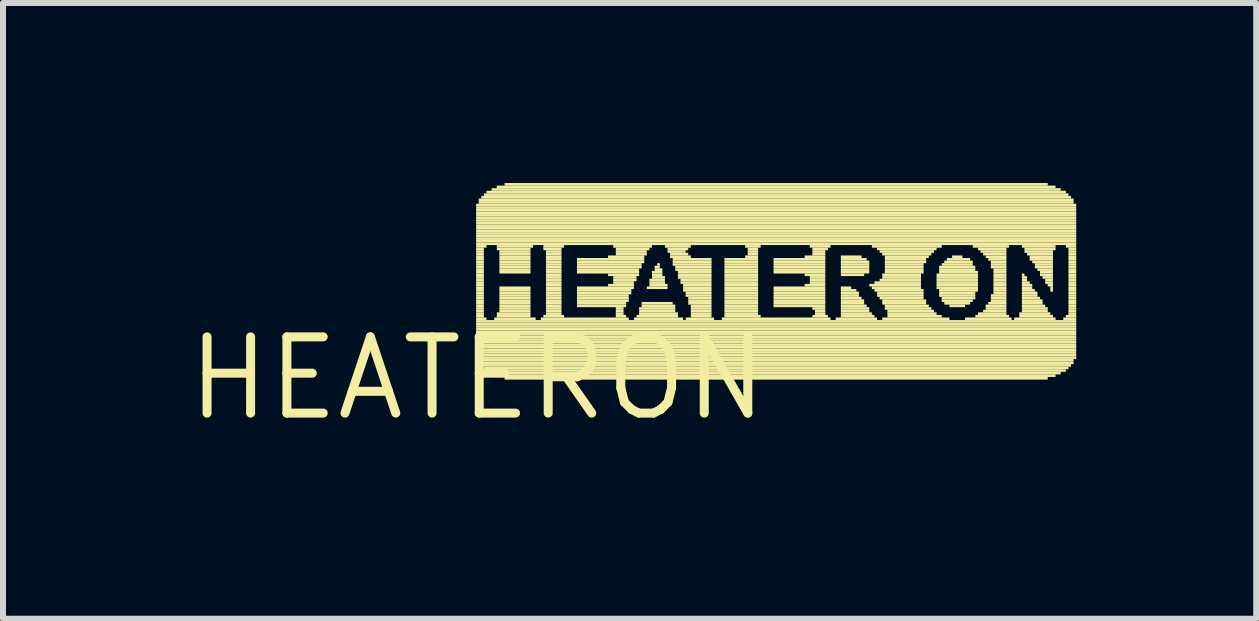
<source format=kicad_pcb>
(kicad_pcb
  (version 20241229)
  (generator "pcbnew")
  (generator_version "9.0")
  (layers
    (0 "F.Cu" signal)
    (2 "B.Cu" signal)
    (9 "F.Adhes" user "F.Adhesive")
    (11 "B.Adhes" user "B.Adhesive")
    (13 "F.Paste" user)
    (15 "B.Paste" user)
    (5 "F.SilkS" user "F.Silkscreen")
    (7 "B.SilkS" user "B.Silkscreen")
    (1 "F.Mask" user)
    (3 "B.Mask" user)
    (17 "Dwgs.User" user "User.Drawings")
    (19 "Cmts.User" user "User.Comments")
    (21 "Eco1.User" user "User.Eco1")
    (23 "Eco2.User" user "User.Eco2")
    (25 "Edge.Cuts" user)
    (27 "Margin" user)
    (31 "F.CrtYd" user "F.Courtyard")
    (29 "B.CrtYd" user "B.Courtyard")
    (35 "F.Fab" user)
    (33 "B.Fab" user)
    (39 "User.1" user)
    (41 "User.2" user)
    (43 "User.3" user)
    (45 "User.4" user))
  (footprint "HEATERON"
    (layer "F.Cu")
    (at 4.906 3.254)
    (property "Reference" "HEATERON" (at 0 0 0) (layer "F.SilkS") (effects (font (size 1.27 1.27) (thickness 0.15))))
    (attr through_hole)
    (fp_poly (pts (xy -0.022 -2.866) (xy 9.978 -2.866) (xy 9.978 -2.909) (xy -0.022 -2.909)) (stroke (width 0) (type solid)) (fill yes) (layer "F.SilkS"))
    (fp_poly (pts (xy -0.022 -2.823) (xy 9.978 -2.823) (xy 9.978 -2.866) (xy -0.022 -2.866)) (stroke (width 0) (type solid)) (fill yes) (layer "F.SilkS"))
    (fp_poly (pts (xy -0.022 -2.78) (xy 9.978 -2.78) (xy 9.978 -2.823) (xy -0.022 -2.823)) (stroke (width 0) (type solid)) (fill yes) (layer "F.SilkS"))
    (fp_poly (pts (xy -0.022 -2.737) (xy 9.978 -2.737) (xy 9.978 -2.78) (xy -0.022 -2.78)) (stroke (width 0) (type solid)) (fill yes) (layer "F.SilkS"))
    (fp_poly (pts (xy -0.022 -2.694) (xy 9.978 -2.694) (xy 9.978 -2.737) (xy -0.022 -2.737)) (stroke (width 0) (type solid)) (fill yes) (layer "F.SilkS"))
    (fp_poly (pts (xy -0.022 -2.651) (xy 9.978 -2.651) (xy 9.978 -2.694) (xy -0.022 -2.694)) (stroke (width 0) (type solid)) (fill yes) (layer "F.SilkS"))
    (fp_poly (pts (xy -0.022 -2.608) (xy 9.978 -2.608) (xy 9.978 -2.651) (xy -0.022 -2.651)) (stroke (width 0) (type solid)) (fill yes) (layer "F.SilkS"))
    (fp_poly (pts (xy -0.022 -2.565) (xy 9.978 -2.565) (xy 9.978 -2.608) (xy -0.022 -2.608)) (stroke (width 0) (type solid)) (fill yes) (layer "F.SilkS"))
    (fp_poly (pts (xy -0.022 -2.522) (xy 9.978 -2.522) (xy 9.978 -2.565) (xy -0.022 -2.565)) (stroke (width 0) (type solid)) (fill yes) (layer "F.SilkS"))
    (fp_poly (pts (xy -0.022 -2.478) (xy 9.978 -2.478) (xy 9.978 -2.522) (xy -0.022 -2.522)) (stroke (width 0) (type solid)) (fill yes) (layer "F.SilkS"))
    (fp_poly (pts (xy -0.022 -2.435) (xy 9.978 -2.435) (xy 9.978 -2.478) (xy -0.022 -2.478)) (stroke (width 0) (type solid)) (fill yes) (layer "F.SilkS"))
    (fp_poly (pts (xy -0.022 -2.392) (xy 9.978 -2.392) (xy 9.978 -2.435) (xy -0.022 -2.435)) (stroke (width 0) (type solid)) (fill yes) (layer "F.SilkS"))
    (fp_poly (pts (xy -0.022 -2.349) (xy 9.978 -2.349) (xy 9.978 -2.392) (xy -0.022 -2.392)) (stroke (width 0) (type solid)) (fill yes) (layer "F.SilkS"))
    (fp_poly (pts (xy -0.022 -2.306) (xy 9.978 -2.306) (xy 9.978 -2.349) (xy -0.022 -2.349)) (stroke (width 0) (type solid)) (fill yes) (layer "F.SilkS"))
    (fp_poly (pts (xy -0.022 -2.263) (xy 9.978 -2.263) (xy 9.978 -2.306) (xy -0.022 -2.306)) (stroke (width 0) (type solid)) (fill yes) (layer "F.SilkS"))
    (fp_poly (pts (xy -0.022 -2.22) (xy 9.978 -2.22) (xy 9.978 -2.263) (xy -0.022 -2.263)) (stroke (width 0) (type solid)) (fill yes) (layer "F.SilkS"))
    (fp_poly (pts (xy -0.022 -2.177) (xy 0.151 -2.177) (xy 0.151 -2.22) (xy -0.022 -2.22)) (stroke (width 0) (type solid)) (fill yes) (layer "F.SilkS"))
    (fp_poly (pts (xy -0.022 -2.134) (xy 0.108 -2.134) (xy 0.108 -2.177) (xy -0.022 -2.177)) (stroke (width 0) (type solid)) (fill yes) (layer "F.SilkS"))
    (fp_poly (pts (xy -0.022 -2.091) (xy 0.108 -2.091) (xy 0.108 -2.134) (xy -0.022 -2.134)) (stroke (width 0) (type solid)) (fill yes) (layer "F.SilkS"))
    (fp_poly (pts (xy -0.022 -2.047) (xy 0.108 -2.047) (xy 0.108 -2.091) (xy -0.022 -2.091)) (stroke (width 0) (type solid)) (fill yes) (layer "F.SilkS"))
    (fp_poly (pts (xy -0.022 -2.004) (xy 0.108 -2.004) (xy 0.108 -2.047) (xy -0.022 -2.047)) (stroke (width 0) (type solid)) (fill yes) (layer "F.SilkS"))
    (fp_poly (pts (xy -0.022 -1.961) (xy 0.108 -1.961) (xy 0.108 -2.004) (xy -0.022 -2.004)) (stroke (width 0) (type solid)) (fill yes) (layer "F.SilkS"))
    (fp_poly (pts (xy -0.022 -1.918) (xy 0.108 -1.918) (xy 0.108 -1.961) (xy -0.022 -1.961)) (stroke (width 0) (type solid)) (fill yes) (layer "F.SilkS"))
    (fp_poly (pts (xy -0.022 -1.875) (xy 0.108 -1.875) (xy 0.108 -1.918) (xy -0.022 -1.918)) (stroke (width 0) (type solid)) (fill yes) (layer "F.SilkS"))
    (fp_poly (pts (xy -0.022 -1.832) (xy 0.108 -1.832) (xy 0.108 -1.875) (xy -0.022 -1.875)) (stroke (width 0) (type solid)) (fill yes) (layer "F.SilkS"))
    (fp_poly (pts (xy -0.022 -1.789) (xy 0.108 -1.789) (xy 0.108 -1.832) (xy -0.022 -1.832)) (stroke (width 0) (type solid)) (fill yes) (layer "F.SilkS"))
    (fp_poly (pts (xy -0.022 -1.746) (xy 0.108 -1.746) (xy 0.108 -1.789) (xy -0.022 -1.789)) (stroke (width 0) (type solid)) (fill yes) (layer "F.SilkS"))
    (fp_poly (pts (xy -0.022 -1.703) (xy 0.108 -1.703) (xy 0.108 -1.746) (xy -0.022 -1.746)) (stroke (width 0) (type solid)) (fill yes) (layer "F.SilkS"))
    (fp_poly (pts (xy -0.022 -1.659) (xy 0.108 -1.659) (xy 0.108 -1.703) (xy -0.022 -1.703)) (stroke (width 0) (type solid)) (fill yes) (layer "F.SilkS"))
    (fp_poly (pts (xy -0.022 -1.616) (xy 0.108 -1.616) (xy 0.108 -1.659) (xy -0.022 -1.659)) (stroke (width 0) (type solid)) (fill yes) (layer "F.SilkS"))
    (fp_poly (pts (xy -0.022 -1.573) (xy 0.108 -1.573) (xy 0.108 -1.616) (xy -0.022 -1.616)) (stroke (width 0) (type solid)) (fill yes) (layer "F.SilkS"))
    (fp_poly (pts (xy -0.022 -1.53) (xy 0.108 -1.53) (xy 0.108 -1.573) (xy -0.022 -1.573)) (stroke (width 0) (type solid)) (fill yes) (layer "F.SilkS"))
    (fp_poly (pts (xy -0.022 -1.487) (xy 0.108 -1.487) (xy 0.108 -1.53) (xy -0.022 -1.53)) (stroke (width 0) (type solid)) (fill yes) (layer "F.SilkS"))
    (fp_poly (pts (xy -0.022 -1.444) (xy 0.108 -1.444) (xy 0.108 -1.487) (xy -0.022 -1.487)) (stroke (width 0) (type solid)) (fill yes) (layer "F.SilkS"))
    (fp_poly (pts (xy -0.022 -1.401) (xy 0.108 -1.401) (xy 0.108 -1.444) (xy -0.022 -1.444)) (stroke (width 0) (type solid)) (fill yes) (layer "F.SilkS"))
    (fp_poly (pts (xy -0.022 -1.358) (xy 0.108 -1.358) (xy 0.108 -1.401) (xy -0.022 -1.401)) (stroke (width 0) (type solid)) (fill yes) (layer "F.SilkS"))
    (fp_poly (pts (xy -0.022 -1.315) (xy 0.108 -1.315) (xy 0.108 -1.358) (xy -0.022 -1.358)) (stroke (width 0) (type solid)) (fill yes) (layer "F.SilkS"))
    (fp_poly (pts (xy -0.022 -1.272) (xy 0.108 -1.272) (xy 0.108 -1.315) (xy -0.022 -1.315)) (stroke (width 0) (type solid)) (fill yes) (layer "F.SilkS"))
    (fp_poly (pts (xy -0.022 -1.228) (xy 0.108 -1.228) (xy 0.108 -1.272) (xy -0.022 -1.272)) (stroke (width 0) (type solid)) (fill yes) (layer "F.SilkS"))
    (fp_poly (pts (xy -0.022 -1.185) (xy 0.108 -1.185) (xy 0.108 -1.228) (xy -0.022 -1.228)) (stroke (width 0) (type solid)) (fill yes) (layer "F.SilkS"))
    (fp_poly (pts (xy -0.022 -1.142) (xy 0.108 -1.142) (xy 0.108 -1.185) (xy -0.022 -1.185)) (stroke (width 0) (type solid)) (fill yes) (layer "F.SilkS"))
    (fp_poly (pts (xy -0.022 -1.099) (xy 0.108 -1.099) (xy 0.108 -1.142) (xy -0.022 -1.142)) (stroke (width 0) (type solid)) (fill yes) (layer "F.SilkS"))
    (fp_poly (pts (xy -0.022 -1.056) (xy 0.108 -1.056) (xy 0.108 -1.099) (xy -0.022 -1.099)) (stroke (width 0) (type solid)) (fill yes) (layer "F.SilkS"))
    (fp_poly (pts (xy -0.022 -1.013) (xy 0.108 -1.013) (xy 0.108 -1.056) (xy -0.022 -1.056)) (stroke (width 0) (type solid)) (fill yes) (layer "F.SilkS"))
    (fp_poly (pts (xy -0.022 -0.97) (xy 0.151 -0.97) (xy 0.151 -1.013) (xy -0.022 -1.013)) (stroke (width 0) (type solid)) (fill yes) (layer "F.SilkS"))
    (fp_poly (pts (xy -0.022 -0.927) (xy 9.978 -0.927) (xy 9.978 -0.97) (xy -0.022 -0.97)) (stroke (width 0) (type solid)) (fill yes) (layer "F.SilkS"))
    (fp_poly (pts (xy -0.022 -0.884) (xy 9.978 -0.884) (xy 9.978 -0.927) (xy -0.022 -0.927)) (stroke (width 0) (type solid)) (fill yes) (layer "F.SilkS"))
    (fp_poly (pts (xy -0.022 -0.841) (xy 9.978 -0.841) (xy 9.978 -0.884) (xy -0.022 -0.884)) (stroke (width 0) (type solid)) (fill yes) (layer "F.SilkS"))
    (fp_poly (pts (xy -0.022 -0.797) (xy 9.978 -0.797) (xy 9.978 -0.841) (xy -0.022 -0.841)) (stroke (width 0) (type solid)) (fill yes) (layer "F.SilkS"))
    (fp_poly (pts (xy -0.022 -0.754) (xy 9.978 -0.754) (xy 9.978 -0.797) (xy -0.022 -0.797)) (stroke (width 0) (type solid)) (fill yes) (layer "F.SilkS"))
    (fp_poly (pts (xy -0.022 -0.711) (xy 9.978 -0.711) (xy 9.978 -0.754) (xy -0.022 -0.754)) (stroke (width 0) (type solid)) (fill yes) (layer "F.SilkS"))
    (fp_poly (pts (xy -0.022 -0.668) (xy 9.978 -0.668) (xy 9.978 -0.711) (xy -0.022 -0.711)) (stroke (width 0) (type solid)) (fill yes) (layer "F.SilkS"))
    (fp_poly (pts (xy -0.022 -0.625) (xy 9.978 -0.625) (xy 9.978 -0.668) (xy -0.022 -0.668)) (stroke (width 0) (type solid)) (fill yes) (layer "F.SilkS"))
    (fp_poly (pts (xy -0.022 -0.582) (xy 9.978 -0.582) (xy 9.978 -0.625) (xy -0.022 -0.625)) (stroke (width 0) (type solid)) (fill yes) (layer "F.SilkS"))
    (fp_poly (pts (xy -0.022 -0.539) (xy 9.978 -0.539) (xy 9.978 -0.582) (xy -0.022 -0.582)) (stroke (width 0) (type solid)) (fill yes) (layer "F.SilkS"))
    (fp_poly (pts (xy -0.022 -0.496) (xy 9.978 -0.496) (xy 9.978 -0.539) (xy -0.022 -0.539)) (stroke (width 0) (type solid)) (fill yes) (layer "F.SilkS"))
    (fp_poly (pts (xy -0.022 -0.453) (xy 9.978 -0.453) (xy 9.978 -0.496) (xy -0.022 -0.496)) (stroke (width 0) (type solid)) (fill yes) (layer "F.SilkS"))
    (fp_poly (pts (xy -0.022 -0.409) (xy 9.978 -0.409) (xy 9.978 -0.453) (xy -0.022 -0.453)) (stroke (width 0) (type solid)) (fill yes) (layer "F.SilkS"))
    (fp_poly (pts (xy -0.022 -0.366) (xy 9.978 -0.366) (xy 9.978 -0.409) (xy -0.022 -0.409)) (stroke (width 0) (type solid)) (fill yes) (layer "F.SilkS"))
    (fp_poly (pts (xy -0.022 -0.323) (xy 9.978 -0.323) (xy 9.978 -0.366) (xy -0.022 -0.366)) (stroke (width 0) (type solid)) (fill yes) (layer "F.SilkS"))
    (fp_poly (pts (xy 0.022 -2.953) (xy 9.935 -2.953) (xy 9.935 -2.996) (xy 0.022 -2.996)) (stroke (width 0) (type solid)) (fill yes) (layer "F.SilkS"))
    (fp_poly (pts (xy 0.022 -2.909) (xy 9.935 -2.909) (xy 9.935 -2.953) (xy 0.022 -2.953)) (stroke (width 0) (type solid)) (fill yes) (layer "F.SilkS"))
    (fp_poly (pts (xy 0.022 -0.28) (xy 9.935 -0.28) (xy 9.935 -0.323) (xy 0.022 -0.323)) (stroke (width 0) (type solid)) (fill yes) (layer "F.SilkS"))
    (fp_poly (pts (xy 0.022 -0.237) (xy 9.935 -0.237) (xy 9.935 -0.28) (xy 0.022 -0.28)) (stroke (width 0) (type solid)) (fill yes) (layer "F.SilkS"))
    (fp_poly (pts (xy 0.065 -2.996) (xy 9.892 -2.996) (xy 9.892 -3.039) (xy 0.065 -3.039)) (stroke (width 0) (type solid)) (fill yes) (layer "F.SilkS"))
    (fp_poly (pts (xy 0.065 -0.194) (xy 9.892 -0.194) (xy 9.892 -0.237) (xy 0.065 -0.237)) (stroke (width 0) (type solid)) (fill yes) (layer "F.SilkS"))
    (fp_poly (pts (xy 0.108 -3.039) (xy 9.849 -3.039) (xy 9.849 -3.082) (xy 0.108 -3.082)) (stroke (width 0) (type solid)) (fill yes) (layer "F.SilkS"))
    (fp_poly (pts (xy 0.108 -0.151) (xy 9.849 -0.151) (xy 9.849 -0.194) (xy 0.108 -0.194)) (stroke (width 0) (type solid)) (fill yes) (layer "F.SilkS"))
    (fp_poly (pts (xy 0.151 -3.082) (xy 9.806 -3.082) (xy 9.806 -3.125) (xy 0.151 -3.125)) (stroke (width 0) (type solid)) (fill yes) (layer "F.SilkS"))
    (fp_poly (pts (xy 0.151 -0.108) (xy 9.806 -0.108) (xy 9.806 -0.151) (xy 0.151 -0.151)) (stroke (width 0) (type solid)) (fill yes) (layer "F.SilkS"))
    (fp_poly (pts (xy 0.237 -3.125) (xy 9.72 -3.125) (xy 9.72 -3.168) (xy 0.237 -3.168)) (stroke (width 0) (type solid)) (fill yes) (layer "F.SilkS"))
    (fp_poly (pts (xy 0.237 -0.065) (xy 9.72 -0.065) (xy 9.72 -0.108) (xy 0.237 -0.108)) (stroke (width 0) (type solid)) (fill yes) (layer "F.SilkS"))
    (fp_poly (pts (xy 0.28 -0.97) (xy 0.97 -0.97) (xy 0.97 -1.013) (xy 0.28 -1.013)) (stroke (width 0) (type solid)) (fill yes) (layer "F.SilkS"))
    (fp_poly (pts (xy 0.323 -3.168) (xy 9.634 -3.168) (xy 9.634 -3.211) (xy 0.323 -3.211)) (stroke (width 0) (type solid)) (fill yes) (layer "F.SilkS"))
    (fp_poly (pts (xy 0.323 -2.177) (xy 0.927 -2.177) (xy 0.927 -2.22) (xy 0.323 -2.22)) (stroke (width 0) (type solid)) (fill yes) (layer "F.SilkS"))
    (fp_poly (pts (xy 0.323 -2.134) (xy 0.884 -2.134) (xy 0.884 -2.177) (xy 0.323 -2.177)) (stroke (width 0) (type solid)) (fill yes) (layer "F.SilkS"))
    (fp_poly (pts (xy 0.323 -1.056) (xy 0.884 -1.056) (xy 0.884 -1.099) (xy 0.323 -1.099)) (stroke (width 0) (type solid)) (fill yes) (layer "F.SilkS"))
    (fp_poly (pts (xy 0.323 -1.013) (xy 0.884 -1.013) (xy 0.884 -1.056) (xy 0.323 -1.056)) (stroke (width 0) (type solid)) (fill yes) (layer "F.SilkS"))
    (fp_poly (pts (xy 0.323 -0.022) (xy 9.634 -0.022) (xy 9.634 -0.065) (xy 0.323 -0.065)) (stroke (width 0) (type solid)) (fill yes) (layer "F.SilkS"))
    (fp_poly (pts (xy 0.366 -2.091) (xy 0.884 -2.091) (xy 0.884 -2.134) (xy 0.366 -2.134)) (stroke (width 0) (type solid)) (fill yes) (layer "F.SilkS"))
    (fp_poly (pts (xy 0.366 -2.047) (xy 0.884 -2.047) (xy 0.884 -2.091) (xy 0.366 -2.091)) (stroke (width 0) (type solid)) (fill yes) (layer "F.SilkS"))
    (fp_poly (pts (xy 0.366 -2.004) (xy 0.884 -2.004) (xy 0.884 -2.047) (xy 0.366 -2.047)) (stroke (width 0) (type solid)) (fill yes) (layer "F.SilkS"))
    (fp_poly (pts (xy 0.366 -1.961) (xy 0.884 -1.961) (xy 0.884 -2.004) (xy 0.366 -2.004)) (stroke (width 0) (type solid)) (fill yes) (layer "F.SilkS"))
    (fp_poly (pts (xy 0.366 -1.918) (xy 0.884 -1.918) (xy 0.884 -1.961) (xy 0.366 -1.961)) (stroke (width 0) (type solid)) (fill yes) (layer "F.SilkS"))
    (fp_poly (pts (xy 0.366 -1.875) (xy 0.884 -1.875) (xy 0.884 -1.918) (xy 0.366 -1.918)) (stroke (width 0) (type solid)) (fill yes) (layer "F.SilkS"))
    (fp_poly (pts (xy 0.366 -1.832) (xy 0.884 -1.832) (xy 0.884 -1.875) (xy 0.366 -1.875)) (stroke (width 0) (type solid)) (fill yes) (layer "F.SilkS"))
    (fp_poly (pts (xy 0.366 -1.789) (xy 0.884 -1.789) (xy 0.884 -1.832) (xy 0.366 -1.832)) (stroke (width 0) (type solid)) (fill yes) (layer "F.SilkS"))
    (fp_poly (pts (xy 0.366 -1.746) (xy 0.884 -1.746) (xy 0.884 -1.789) (xy 0.366 -1.789)) (stroke (width 0) (type solid)) (fill yes) (layer "F.SilkS"))
    (fp_poly (pts (xy 0.366 -1.487) (xy 0.884 -1.487) (xy 0.884 -1.53) (xy 0.366 -1.53)) (stroke (width 0) (type solid)) (fill yes) (layer "F.SilkS"))
    (fp_poly (pts (xy 0.366 -1.444) (xy 0.884 -1.444) (xy 0.884 -1.487) (xy 0.366 -1.487)) (stroke (width 0) (type solid)) (fill yes) (layer "F.SilkS"))
    (fp_poly (pts (xy 0.366 -1.401) (xy 0.884 -1.401) (xy 0.884 -1.444) (xy 0.366 -1.444)) (stroke (width 0) (type solid)) (fill yes) (layer "F.SilkS"))
    (fp_poly (pts (xy 0.366 -1.358) (xy 0.884 -1.358) (xy 0.884 -1.401) (xy 0.366 -1.401)) (stroke (width 0) (type solid)) (fill yes) (layer "F.SilkS"))
    (fp_poly (pts (xy 0.366 -1.315) (xy 0.884 -1.315) (xy 0.884 -1.358) (xy 0.366 -1.358)) (stroke (width 0) (type solid)) (fill yes) (layer "F.SilkS"))
    (fp_poly (pts (xy 0.366 -1.272) (xy 0.884 -1.272) (xy 0.884 -1.315) (xy 0.366 -1.315)) (stroke (width 0) (type solid)) (fill yes) (layer "F.SilkS"))
    (fp_poly (pts (xy 0.366 -1.228) (xy 0.884 -1.228) (xy 0.884 -1.272) (xy 0.366 -1.272)) (stroke (width 0) (type solid)) (fill yes) (layer "F.SilkS"))
    (fp_poly (pts (xy 0.366 -1.185) (xy 0.884 -1.185) (xy 0.884 -1.228) (xy 0.366 -1.228)) (stroke (width 0) (type solid)) (fill yes) (layer "F.SilkS"))
    (fp_poly (pts (xy 0.366 -1.142) (xy 0.884 -1.142) (xy 0.884 -1.185) (xy 0.366 -1.185)) (stroke (width 0) (type solid)) (fill yes) (layer "F.SilkS"))
    (fp_poly (pts (xy 0.366 -1.099) (xy 0.884 -1.099) (xy 0.884 -1.142) (xy 0.366 -1.142)) (stroke (width 0) (type solid)) (fill yes) (layer "F.SilkS"))
    (fp_poly (pts (xy 0.453 -3.211) (xy 9.504 -3.211) (xy 9.504 -3.254) (xy 0.453 -3.254)) (stroke (width 0) (type solid)) (fill yes) (layer "F.SilkS"))
    (fp_poly (pts (xy 0.453 0.022) (xy 9.504 0.022) (xy 9.504 -0.022) (xy 0.453 -0.022)) (stroke (width 0) (type solid)) (fill yes) (layer "F.SilkS"))
    (fp_poly (pts (xy 1.056 -0.97) (xy 2.522 -0.97) (xy 2.522 -1.013) (xy 1.056 -1.013)) (stroke (width 0) (type solid)) (fill yes) (layer "F.SilkS"))
    (fp_poly (pts (xy 1.099 -2.177) (xy 1.444 -2.177) (xy 1.444 -2.22) (xy 1.099 -2.22)) (stroke (width 0) (type solid)) (fill yes) (layer "F.SilkS"))
    (fp_poly (pts (xy 1.099 -2.134) (xy 1.401 -2.134) (xy 1.401 -2.177) (xy 1.099 -2.177)) (stroke (width 0) (type solid)) (fill yes) (layer "F.SilkS"))
    (fp_poly (pts (xy 1.099 -1.013) (xy 1.444 -1.013) (xy 1.444 -1.056) (xy 1.099 -1.056)) (stroke (width 0) (type solid)) (fill yes) (layer "F.SilkS"))
    (fp_poly (pts (xy 1.142 -2.091) (xy 1.401 -2.091) (xy 1.401 -2.134) (xy 1.142 -2.134)) (stroke (width 0) (type solid)) (fill yes) (layer "F.SilkS"))
    (fp_poly (pts (xy 1.142 -2.047) (xy 1.401 -2.047) (xy 1.401 -2.091) (xy 1.142 -2.091)) (stroke (width 0) (type solid)) (fill yes) (layer "F.SilkS"))
    (fp_poly (pts (xy 1.142 -2.004) (xy 1.401 -2.004) (xy 1.401 -2.047) (xy 1.142 -2.047)) (stroke (width 0) (type solid)) (fill yes) (layer "F.SilkS"))
    (fp_poly (pts (xy 1.142 -1.961) (xy 1.401 -1.961) (xy 1.401 -2.004) (xy 1.142 -2.004)) (stroke (width 0) (type solid)) (fill yes) (layer "F.SilkS"))
    (fp_poly (pts (xy 1.142 -1.918) (xy 1.401 -1.918) (xy 1.401 -1.961) (xy 1.142 -1.961)) (stroke (width 0) (type solid)) (fill yes) (layer "F.SilkS"))
    (fp_poly (pts (xy 1.142 -1.875) (xy 1.401 -1.875) (xy 1.401 -1.918) (xy 1.142 -1.918)) (stroke (width 0) (type solid)) (fill yes) (layer "F.SilkS"))
    (fp_poly (pts (xy 1.142 -1.832) (xy 1.401 -1.832) (xy 1.401 -1.875) (xy 1.142 -1.875)) (stroke (width 0) (type solid)) (fill yes) (layer "F.SilkS"))
    (fp_poly (pts (xy 1.142 -1.789) (xy 1.401 -1.789) (xy 1.401 -1.832) (xy 1.142 -1.832)) (stroke (width 0) (type solid)) (fill yes) (layer "F.SilkS"))
    (fp_poly (pts (xy 1.142 -1.746) (xy 1.401 -1.746) (xy 1.401 -1.789) (xy 1.142 -1.789)) (stroke (width 0) (type solid)) (fill yes) (layer "F.SilkS"))
    (fp_poly (pts (xy 1.142 -1.703) (xy 1.401 -1.703) (xy 1.401 -1.746) (xy 1.142 -1.746)) (stroke (width 0) (type solid)) (fill yes) (layer "F.SilkS"))
    (fp_poly (pts (xy 1.142 -1.659) (xy 1.401 -1.659) (xy 1.401 -1.703) (xy 1.142 -1.703)) (stroke (width 0) (type solid)) (fill yes) (layer "F.SilkS"))
    (fp_poly (pts (xy 1.142 -1.616) (xy 1.401 -1.616) (xy 1.401 -1.659) (xy 1.142 -1.659)) (stroke (width 0) (type solid)) (fill yes) (layer "F.SilkS"))
    (fp_poly (pts (xy 1.142 -1.573) (xy 1.401 -1.573) (xy 1.401 -1.616) (xy 1.142 -1.616)) (stroke (width 0) (type solid)) (fill yes) (layer "F.SilkS"))
    (fp_poly (pts (xy 1.142 -1.53) (xy 1.401 -1.53) (xy 1.401 -1.573) (xy 1.142 -1.573)) (stroke (width 0) (type solid)) (fill yes) (layer "F.SilkS"))
    (fp_poly (pts (xy 1.142 -1.487) (xy 1.401 -1.487) (xy 1.401 -1.53) (xy 1.142 -1.53)) (stroke (width 0) (type solid)) (fill yes) (layer "F.SilkS"))
    (fp_poly (pts (xy 1.142 -1.444) (xy 1.401 -1.444) (xy 1.401 -1.487) (xy 1.142 -1.487)) (stroke (width 0) (type solid)) (fill yes) (layer "F.SilkS"))
    (fp_poly (pts (xy 1.142 -1.401) (xy 1.401 -1.401) (xy 1.401 -1.444) (xy 1.142 -1.444)) (stroke (width 0) (type solid)) (fill yes) (layer "F.SilkS"))
    (fp_poly (pts (xy 1.142 -1.358) (xy 1.401 -1.358) (xy 1.401 -1.401) (xy 1.142 -1.401)) (stroke (width 0) (type solid)) (fill yes) (layer "F.SilkS"))
    (fp_poly (pts (xy 1.142 -1.315) (xy 1.401 -1.315) (xy 1.401 -1.358) (xy 1.142 -1.358)) (stroke (width 0) (type solid)) (fill yes) (layer "F.SilkS"))
    (fp_poly (pts (xy 1.142 -1.272) (xy 1.401 -1.272) (xy 1.401 -1.315) (xy 1.142 -1.315)) (stroke (width 0) (type solid)) (fill yes) (layer "F.SilkS"))
    (fp_poly (pts (xy 1.142 -1.228) (xy 1.401 -1.228) (xy 1.401 -1.272) (xy 1.142 -1.272)) (stroke (width 0) (type solid)) (fill yes) (layer "F.SilkS"))
    (fp_poly (pts (xy 1.142 -1.185) (xy 1.401 -1.185) (xy 1.401 -1.228) (xy 1.142 -1.228)) (stroke (width 0) (type solid)) (fill yes) (layer "F.SilkS"))
    (fp_poly (pts (xy 1.142 -1.142) (xy 1.401 -1.142) (xy 1.401 -1.185) (xy 1.142 -1.185)) (stroke (width 0) (type solid)) (fill yes) (layer "F.SilkS"))
    (fp_poly (pts (xy 1.142 -1.099) (xy 1.401 -1.099) (xy 1.401 -1.142) (xy 1.142 -1.142)) (stroke (width 0) (type solid)) (fill yes) (layer "F.SilkS"))
    (fp_poly (pts (xy 1.142 -1.056) (xy 1.401 -1.056) (xy 1.401 -1.099) (xy 1.142 -1.099)) (stroke (width 0) (type solid)) (fill yes) (layer "F.SilkS"))
    (fp_poly (pts (xy 1.659 -1.961) (xy 2.78 -1.961) (xy 2.78 -2.004) (xy 1.659 -2.004)) (stroke (width 0) (type solid)) (fill yes) (layer "F.SilkS"))
    (fp_poly (pts (xy 1.659 -1.918) (xy 2.78 -1.918) (xy 2.78 -1.961) (xy 1.659 -1.961)) (stroke (width 0) (type solid)) (fill yes) (layer "F.SilkS"))
    (fp_poly (pts (xy 1.659 -1.875) (xy 2.737 -1.875) (xy 2.737 -1.918) (xy 1.659 -1.918)) (stroke (width 0) (type solid)) (fill yes) (layer "F.SilkS"))
    (fp_poly (pts (xy 1.659 -1.832) (xy 2.737 -1.832) (xy 2.737 -1.875) (xy 1.659 -1.875)) (stroke (width 0) (type solid)) (fill yes) (layer "F.SilkS"))
    (fp_poly (pts (xy 1.659 -1.789) (xy 2.694 -1.789) (xy 2.694 -1.832) (xy 1.659 -1.832)) (stroke (width 0) (type solid)) (fill yes) (layer "F.SilkS"))
    (fp_poly (pts (xy 1.659 -1.746) (xy 2.694 -1.746) (xy 2.694 -1.789) (xy 1.659 -1.789)) (stroke (width 0) (type solid)) (fill yes) (layer "F.SilkS"))
    (fp_poly (pts (xy 1.659 -1.487) (xy 2.608 -1.487) (xy 2.608 -1.53) (xy 1.659 -1.53)) (stroke (width 0) (type solid)) (fill yes) (layer "F.SilkS"))
    (fp_poly (pts (xy 1.659 -1.444) (xy 2.565 -1.444) (xy 2.565 -1.487) (xy 1.659 -1.487)) (stroke (width 0) (type solid)) (fill yes) (layer "F.SilkS"))
    (fp_poly (pts (xy 1.659 -1.401) (xy 2.565 -1.401) (xy 2.565 -1.444) (xy 1.659 -1.444)) (stroke (width 0) (type solid)) (fill yes) (layer "F.SilkS"))
    (fp_poly (pts (xy 1.659 -1.358) (xy 2.522 -1.358) (xy 2.522 -1.401) (xy 1.659 -1.401)) (stroke (width 0) (type solid)) (fill yes) (layer "F.SilkS"))
    (fp_poly (pts (xy 1.659 -1.315) (xy 2.522 -1.315) (xy 2.522 -1.358) (xy 1.659 -1.358)) (stroke (width 0) (type solid)) (fill yes) (layer "F.SilkS"))
    (fp_poly (pts (xy 1.659 -1.272) (xy 2.522 -1.272) (xy 2.522 -1.315) (xy 1.659 -1.315)) (stroke (width 0) (type solid)) (fill yes) (layer "F.SilkS"))
    (fp_poly (pts (xy 1.659 -1.228) (xy 2.478 -1.228) (xy 2.478 -1.272) (xy 1.659 -1.272)) (stroke (width 0) (type solid)) (fill yes) (layer "F.SilkS"))
    (fp_poly (pts (xy 1.659 -1.185) (xy 2.478 -1.185) (xy 2.478 -1.228) (xy 1.659 -1.228)) (stroke (width 0) (type solid)) (fill yes) (layer "F.SilkS"))
    (fp_poly (pts (xy 2.177 -2.004) (xy 2.78 -2.004) (xy 2.78 -2.047) (xy 2.177 -2.047)) (stroke (width 0) (type solid)) (fill yes) (layer "F.SilkS"))
    (fp_poly (pts (xy 2.177 -1.703) (xy 2.694 -1.703) (xy 2.694 -1.746) (xy 2.177 -1.746)) (stroke (width 0) (type solid)) (fill yes) (layer "F.SilkS"))
    (fp_poly (pts (xy 2.177 -1.53) (xy 2.608 -1.53) (xy 2.608 -1.573) (xy 2.177 -1.573)) (stroke (width 0) (type solid)) (fill yes) (layer "F.SilkS"))
    (fp_poly (pts (xy 2.263 -2.177) (xy 2.909 -2.177) (xy 2.909 -2.22) (xy 2.263 -2.22)) (stroke (width 0) (type solid)) (fill yes) (layer "F.SilkS"))
    (fp_poly (pts (xy 2.263 -1.659) (xy 2.651 -1.659) (xy 2.651 -1.703) (xy 2.263 -1.703)) (stroke (width 0) (type solid)) (fill yes) (layer "F.SilkS"))
    (fp_poly (pts (xy 2.263 -1.616) (xy 2.651 -1.616) (xy 2.651 -1.659) (xy 2.263 -1.659)) (stroke (width 0) (type solid)) (fill yes) (layer "F.SilkS"))
    (fp_poly (pts (xy 2.263 -1.573) (xy 2.608 -1.573) (xy 2.608 -1.616) (xy 2.263 -1.616)) (stroke (width 0) (type solid)) (fill yes) (layer "F.SilkS"))
    (fp_poly (pts (xy 2.306 -2.134) (xy 2.866 -2.134) (xy 2.866 -2.177) (xy 2.306 -2.177)) (stroke (width 0) (type solid)) (fill yes) (layer "F.SilkS"))
    (fp_poly (pts (xy 2.306 -2.091) (xy 2.823 -2.091) (xy 2.823 -2.134) (xy 2.306 -2.134)) (stroke (width 0) (type solid)) (fill yes) (layer "F.SilkS"))
    (fp_poly (pts (xy 2.306 -2.047) (xy 2.823 -2.047) (xy 2.823 -2.091) (xy 2.306 -2.091)) (stroke (width 0) (type solid)) (fill yes) (layer "F.SilkS"))
    (fp_poly (pts (xy 2.306 -1.142) (xy 2.435 -1.142) (xy 2.435 -1.185) (xy 2.306 -1.185)) (stroke (width 0) (type solid)) (fill yes) (layer "F.SilkS"))
    (fp_poly (pts (xy 2.306 -1.099) (xy 2.435 -1.099) (xy 2.435 -1.142) (xy 2.306 -1.142)) (stroke (width 0) (type solid)) (fill yes) (layer "F.SilkS"))
    (fp_poly (pts (xy 2.306 -1.056) (xy 2.435 -1.056) (xy 2.435 -1.099) (xy 2.306 -1.099)) (stroke (width 0) (type solid)) (fill yes) (layer "F.SilkS"))
    (fp_poly (pts (xy 2.306 -1.013) (xy 2.478 -1.013) (xy 2.478 -1.056) (xy 2.306 -1.056)) (stroke (width 0) (type solid)) (fill yes) (layer "F.SilkS"))
    (fp_poly (pts (xy 2.608 -0.97) (xy 3.427 -0.97) (xy 3.427 -1.013) (xy 2.608 -1.013)) (stroke (width 0) (type solid)) (fill yes) (layer "F.SilkS"))
    (fp_poly (pts (xy 2.651 -1.013) (xy 3.341 -1.013) (xy 3.341 -1.056) (xy 2.651 -1.056)) (stroke (width 0) (type solid)) (fill yes) (layer "F.SilkS"))
    (fp_poly (pts (xy 2.694 -1.142) (xy 3.297 -1.142) (xy 3.297 -1.185) (xy 2.694 -1.185)) (stroke (width 0) (type solid)) (fill yes) (layer "F.SilkS"))
    (fp_poly (pts (xy 2.694 -1.099) (xy 3.297 -1.099) (xy 3.297 -1.142) (xy 2.694 -1.142)) (stroke (width 0) (type solid)) (fill yes) (layer "F.SilkS"))
    (fp_poly (pts (xy 2.694 -1.056) (xy 3.341 -1.056) (xy 3.341 -1.099) (xy 2.694 -1.099)) (stroke (width 0) (type solid)) (fill yes) (layer "F.SilkS"))
    (fp_poly (pts (xy 2.737 -1.228) (xy 3.254 -1.228) (xy 3.254 -1.272) (xy 2.737 -1.272)) (stroke (width 0) (type solid)) (fill yes) (layer "F.SilkS"))
    (fp_poly (pts (xy 2.737 -1.185) (xy 3.297 -1.185) (xy 3.297 -1.228) (xy 2.737 -1.228)) (stroke (width 0) (type solid)) (fill yes) (layer "F.SilkS"))
    (fp_poly (pts (xy 2.823 -1.487) (xy 3.168 -1.487) (xy 3.168 -1.53) (xy 2.823 -1.53)) (stroke (width 0) (type solid)) (fill yes) (layer "F.SilkS"))
    (fp_poly (pts (xy 2.866 -1.616) (xy 3.125 -1.616) (xy 3.125 -1.659) (xy 2.866 -1.659)) (stroke (width 0) (type solid)) (fill yes) (layer "F.SilkS"))
    (fp_poly (pts (xy 2.866 -1.573) (xy 3.125 -1.573) (xy 3.125 -1.616) (xy 2.866 -1.616)) (stroke (width 0) (type solid)) (fill yes) (layer "F.SilkS"))
    (fp_poly (pts (xy 2.866 -1.53) (xy 3.168 -1.53) (xy 3.168 -1.573) (xy 2.866 -1.573)) (stroke (width 0) (type solid)) (fill yes) (layer "F.SilkS"))
    (fp_poly (pts (xy 2.909 -1.746) (xy 3.082 -1.746) (xy 3.082 -1.789) (xy 2.909 -1.789)) (stroke (width 0) (type solid)) (fill yes) (layer "F.SilkS"))
    (fp_poly (pts (xy 2.909 -1.703) (xy 3.082 -1.703) (xy 3.082 -1.746) (xy 2.909 -1.746)) (stroke (width 0) (type solid)) (fill yes) (layer "F.SilkS"))
    (fp_poly (pts (xy 2.909 -1.659) (xy 3.125 -1.659) (xy 3.125 -1.703) (xy 2.909 -1.703)) (stroke (width 0) (type solid)) (fill yes) (layer "F.SilkS"))
    (fp_poly (pts (xy 2.953 -1.832) (xy 3.039 -1.832) (xy 3.039 -1.875) (xy 2.953 -1.875)) (stroke (width 0) (type solid)) (fill yes) (layer "F.SilkS"))
    (fp_poly (pts (xy 2.953 -1.789) (xy 3.082 -1.789) (xy 3.082 -1.832) (xy 2.953 -1.832)) (stroke (width 0) (type solid)) (fill yes) (layer "F.SilkS"))
    (fp_poly (pts (xy 2.996 -1.875) (xy 3.039 -1.875) (xy 3.039 -1.918) (xy 2.996 -1.918)) (stroke (width 0) (type solid)) (fill yes) (layer "F.SilkS"))
    (fp_poly (pts (xy 3.125 -2.177) (xy 3.556 -2.177) (xy 3.556 -2.22) (xy 3.125 -2.22)) (stroke (width 0) (type solid)) (fill yes) (layer "F.SilkS"))
    (fp_poly (pts (xy 3.168 -2.134) (xy 3.513 -2.134) (xy 3.513 -2.177) (xy 3.168 -2.177)) (stroke (width 0) (type solid)) (fill yes) (layer "F.SilkS"))
    (fp_poly (pts (xy 3.168 -2.091) (xy 3.47 -2.091) (xy 3.47 -2.134) (xy 3.168 -2.134)) (stroke (width 0) (type solid)) (fill yes) (layer "F.SilkS"))
    (fp_poly (pts (xy 3.211 -2.047) (xy 3.513 -2.047) (xy 3.513 -2.091) (xy 3.211 -2.091)) (stroke (width 0) (type solid)) (fill yes) (layer "F.SilkS"))
    (fp_poly (pts (xy 3.211 -2.004) (xy 3.556 -2.004) (xy 3.556 -2.047) (xy 3.211 -2.047)) (stroke (width 0) (type solid)) (fill yes) (layer "F.SilkS"))
    (fp_poly (pts (xy 3.254 -1.961) (xy 3.901 -1.961) (xy 3.901 -2.004) (xy 3.254 -2.004)) (stroke (width 0) (type solid)) (fill yes) (layer "F.SilkS"))
    (fp_poly (pts (xy 3.254 -1.918) (xy 3.901 -1.918) (xy 3.901 -1.961) (xy 3.254 -1.961)) (stroke (width 0) (type solid)) (fill yes) (layer "F.SilkS"))
    (fp_poly (pts (xy 3.254 -1.875) (xy 3.901 -1.875) (xy 3.901 -1.918) (xy 3.254 -1.918)) (stroke (width 0) (type solid)) (fill yes) (layer "F.SilkS"))
    (fp_poly (pts (xy 3.297 -1.832) (xy 3.901 -1.832) (xy 3.901 -1.875) (xy 3.297 -1.875)) (stroke (width 0) (type solid)) (fill yes) (layer "F.SilkS"))
    (fp_poly (pts (xy 3.297 -1.789) (xy 3.901 -1.789) (xy 3.901 -1.832) (xy 3.297 -1.832)) (stroke (width 0) (type solid)) (fill yes) (layer "F.SilkS"))
    (fp_poly (pts (xy 3.341 -1.746) (xy 3.901 -1.746) (xy 3.901 -1.789) (xy 3.341 -1.789)) (stroke (width 0) (type solid)) (fill yes) (layer "F.SilkS"))
    (fp_poly (pts (xy 3.341 -1.703) (xy 3.901 -1.703) (xy 3.901 -1.746) (xy 3.341 -1.746)) (stroke (width 0) (type solid)) (fill yes) (layer "F.SilkS"))
    (fp_poly (pts (xy 3.341 -1.659) (xy 3.901 -1.659) (xy 3.901 -1.703) (xy 3.341 -1.703)) (stroke (width 0) (type solid)) (fill yes) (layer "F.SilkS"))
    (fp_poly (pts (xy 3.384 -1.616) (xy 3.901 -1.616) (xy 3.901 -1.659) (xy 3.384 -1.659)) (stroke (width 0) (type solid)) (fill yes) (layer "F.SilkS"))
    (fp_poly (pts (xy 3.384 -1.573) (xy 3.901 -1.573) (xy 3.901 -1.616) (xy 3.384 -1.616)) (stroke (width 0) (type solid)) (fill yes) (layer "F.SilkS"))
    (fp_poly (pts (xy 3.427 -1.53) (xy 3.901 -1.53) (xy 3.901 -1.573) (xy 3.427 -1.573)) (stroke (width 0) (type solid)) (fill yes) (layer "F.SilkS"))
    (fp_poly (pts (xy 3.427 -1.487) (xy 3.901 -1.487) (xy 3.901 -1.53) (xy 3.427 -1.53)) (stroke (width 0) (type solid)) (fill yes) (layer "F.SilkS"))
    (fp_poly (pts (xy 3.427 -1.444) (xy 3.901 -1.444) (xy 3.901 -1.487) (xy 3.427 -1.487)) (stroke (width 0) (type solid)) (fill yes) (layer "F.SilkS"))
    (fp_poly (pts (xy 3.47 -1.401) (xy 3.901 -1.401) (xy 3.901 -1.444) (xy 3.47 -1.444)) (stroke (width 0) (type solid)) (fill yes) (layer "F.SilkS"))
    (fp_poly (pts (xy 3.47 -1.358) (xy 3.901 -1.358) (xy 3.901 -1.401) (xy 3.47 -1.401)) (stroke (width 0) (type solid)) (fill yes) (layer "F.SilkS"))
    (fp_poly (pts (xy 3.47 -0.97) (xy 3.944 -0.97) (xy 3.944 -1.013) (xy 3.47 -1.013)) (stroke (width 0) (type solid)) (fill yes) (layer "F.SilkS"))
    (fp_poly (pts (xy 3.513 -1.315) (xy 3.901 -1.315) (xy 3.901 -1.358) (xy 3.513 -1.358)) (stroke (width 0) (type solid)) (fill yes) (layer "F.SilkS"))
    (fp_poly (pts (xy 3.513 -1.272) (xy 3.901 -1.272) (xy 3.901 -1.315) (xy 3.513 -1.315)) (stroke (width 0) (type solid)) (fill yes) (layer "F.SilkS"))
    (fp_poly (pts (xy 3.513 -1.228) (xy 3.901 -1.228) (xy 3.901 -1.272) (xy 3.513 -1.272)) (stroke (width 0) (type solid)) (fill yes) (layer "F.SilkS"))
    (fp_poly (pts (xy 3.556 -1.185) (xy 3.901 -1.185) (xy 3.901 -1.228) (xy 3.556 -1.228)) (stroke (width 0) (type solid)) (fill yes) (layer "F.SilkS"))
    (fp_poly (pts (xy 3.556 -1.142) (xy 3.901 -1.142) (xy 3.901 -1.185) (xy 3.556 -1.185)) (stroke (width 0) (type solid)) (fill yes) (layer "F.SilkS"))
    (fp_poly (pts (xy 3.556 -1.099) (xy 3.901 -1.099) (xy 3.901 -1.142) (xy 3.556 -1.142)) (stroke (width 0) (type solid)) (fill yes) (layer "F.SilkS"))
    (fp_poly (pts (xy 3.556 -1.056) (xy 3.901 -1.056) (xy 3.901 -1.099) (xy 3.556 -1.099)) (stroke (width 0) (type solid)) (fill yes) (layer "F.SilkS"))
    (fp_poly (pts (xy 3.556 -1.013) (xy 3.901 -1.013) (xy 3.901 -1.056) (xy 3.556 -1.056)) (stroke (width 0) (type solid)) (fill yes) (layer "F.SilkS"))
    (fp_poly (pts (xy 4.073 -0.97) (xy 5.884 -0.97) (xy 5.884 -1.013) (xy 4.073 -1.013)) (stroke (width 0) (type solid)) (fill yes) (layer "F.SilkS"))
    (fp_poly (pts (xy 4.116 -1.961) (xy 4.677 -1.961) (xy 4.677 -2.004) (xy 4.116 -2.004)) (stroke (width 0) (type solid)) (fill yes) (layer "F.SilkS"))
    (fp_poly (pts (xy 4.116 -1.918) (xy 4.677 -1.918) (xy 4.677 -1.961) (xy 4.116 -1.961)) (stroke (width 0) (type solid)) (fill yes) (layer "F.SilkS"))
    (fp_poly (pts (xy 4.116 -1.875) (xy 4.677 -1.875) (xy 4.677 -1.918) (xy 4.116 -1.918)) (stroke (width 0) (type solid)) (fill yes) (layer "F.SilkS"))
    (fp_poly (pts (xy 4.116 -1.832) (xy 4.677 -1.832) (xy 4.677 -1.875) (xy 4.116 -1.875)) (stroke (width 0) (type solid)) (fill yes) (layer "F.SilkS"))
    (fp_poly (pts (xy 4.116 -1.789) (xy 4.677 -1.789) (xy 4.677 -1.832) (xy 4.116 -1.832)) (stroke (width 0) (type solid)) (fill yes) (layer "F.SilkS"))
    (fp_poly (pts (xy 4.116 -1.746) (xy 4.677 -1.746) (xy 4.677 -1.789) (xy 4.116 -1.789)) (stroke (width 0) (type solid)) (fill yes) (layer "F.SilkS"))
    (fp_poly (pts (xy 4.116 -1.703) (xy 4.677 -1.703) (xy 4.677 -1.746) (xy 4.116 -1.746)) (stroke (width 0) (type solid)) (fill yes) (layer "F.SilkS"))
    (fp_poly (pts (xy 4.116 -1.659) (xy 4.677 -1.659) (xy 4.677 -1.703) (xy 4.116 -1.703)) (stroke (width 0) (type solid)) (fill yes) (layer "F.SilkS"))
    (fp_poly (pts (xy 4.116 -1.616) (xy 4.677 -1.616) (xy 4.677 -1.659) (xy 4.116 -1.659)) (stroke (width 0) (type solid)) (fill yes) (layer "F.SilkS"))
    (fp_poly (pts (xy 4.116 -1.573) (xy 4.677 -1.573) (xy 4.677 -1.616) (xy 4.116 -1.616)) (stroke (width 0) (type solid)) (fill yes) (layer "F.SilkS"))
    (fp_poly (pts (xy 4.116 -1.53) (xy 4.677 -1.53) (xy 4.677 -1.573) (xy 4.116 -1.573)) (stroke (width 0) (type solid)) (fill yes) (layer "F.SilkS"))
    (fp_poly (pts (xy 4.116 -1.487) (xy 4.677 -1.487) (xy 4.677 -1.53) (xy 4.116 -1.53)) (stroke (width 0) (type solid)) (fill yes) (layer "F.SilkS"))
    (fp_poly (pts (xy 4.116 -1.444) (xy 4.677 -1.444) (xy 4.677 -1.487) (xy 4.116 -1.487)) (stroke (width 0) (type solid)) (fill yes) (layer "F.SilkS"))
    (fp_poly (pts (xy 4.116 -1.401) (xy 4.677 -1.401) (xy 4.677 -1.444) (xy 4.116 -1.444)) (stroke (width 0) (type solid)) (fill yes) (layer "F.SilkS"))
    (fp_poly (pts (xy 4.116 -1.358) (xy 4.677 -1.358) (xy 4.677 -1.401) (xy 4.116 -1.401)) (stroke (width 0) (type solid)) (fill yes) (layer "F.SilkS"))
    (fp_poly (pts (xy 4.116 -1.315) (xy 4.677 -1.315) (xy 4.677 -1.358) (xy 4.116 -1.358)) (stroke (width 0) (type solid)) (fill yes) (layer "F.SilkS"))
    (fp_poly (pts (xy 4.116 -1.272) (xy 4.677 -1.272) (xy 4.677 -1.315) (xy 4.116 -1.315)) (stroke (width 0) (type solid)) (fill yes) (layer "F.SilkS"))
    (fp_poly (pts (xy 4.116 -1.228) (xy 4.677 -1.228) (xy 4.677 -1.272) (xy 4.116 -1.272)) (stroke (width 0) (type solid)) (fill yes) (layer "F.SilkS"))
    (fp_poly (pts (xy 4.116 -1.185) (xy 4.677 -1.185) (xy 4.677 -1.228) (xy 4.116 -1.228)) (stroke (width 0) (type solid)) (fill yes) (layer "F.SilkS"))
    (fp_poly (pts (xy 4.116 -1.142) (xy 4.677 -1.142) (xy 4.677 -1.185) (xy 4.116 -1.185)) (stroke (width 0) (type solid)) (fill yes) (layer "F.SilkS"))
    (fp_poly (pts (xy 4.116 -1.099) (xy 4.677 -1.099) (xy 4.677 -1.142) (xy 4.116 -1.142)) (stroke (width 0) (type solid)) (fill yes) (layer "F.SilkS"))
    (fp_poly (pts (xy 4.116 -1.056) (xy 4.677 -1.056) (xy 4.677 -1.099) (xy 4.116 -1.099)) (stroke (width 0) (type solid)) (fill yes) (layer "F.SilkS"))
    (fp_poly (pts (xy 4.116 -1.013) (xy 4.72 -1.013) (xy 4.72 -1.056) (xy 4.116 -1.056)) (stroke (width 0) (type solid)) (fill yes) (layer "F.SilkS"))
    (fp_poly (pts (xy 4.461 -2.177) (xy 4.72 -2.177) (xy 4.72 -2.22) (xy 4.461 -2.22)) (stroke (width 0) (type solid)) (fill yes) (layer "F.SilkS"))
    (fp_poly (pts (xy 4.461 -2.004) (xy 4.677 -2.004) (xy 4.677 -2.047) (xy 4.461 -2.047)) (stroke (width 0) (type solid)) (fill yes) (layer "F.SilkS"))
    (fp_poly (pts (xy 4.504 -2.134) (xy 4.677 -2.134) (xy 4.677 -2.177) (xy 4.504 -2.177)) (stroke (width 0) (type solid)) (fill yes) (layer "F.SilkS"))
    (fp_poly (pts (xy 4.504 -2.091) (xy 4.677 -2.091) (xy 4.677 -2.134) (xy 4.504 -2.134)) (stroke (width 0) (type solid)) (fill yes) (layer "F.SilkS"))
    (fp_poly (pts (xy 4.504 -2.047) (xy 4.677 -2.047) (xy 4.677 -2.091) (xy 4.504 -2.091)) (stroke (width 0) (type solid)) (fill yes) (layer "F.SilkS"))
    (fp_poly (pts (xy 4.935 -1.961) (xy 5.797 -1.961) (xy 5.797 -2.004) (xy 4.935 -2.004)) (stroke (width 0) (type solid)) (fill yes) (layer "F.SilkS"))
    (fp_poly (pts (xy 4.935 -1.918) (xy 5.797 -1.918) (xy 5.797 -1.961) (xy 4.935 -1.961)) (stroke (width 0) (type solid)) (fill yes) (layer "F.SilkS"))
    (fp_poly (pts (xy 4.935 -1.875) (xy 5.797 -1.875) (xy 5.797 -1.918) (xy 4.935 -1.918)) (stroke (width 0) (type solid)) (fill yes) (layer "F.SilkS"))
    (fp_poly (pts (xy 4.935 -1.832) (xy 5.797 -1.832) (xy 5.797 -1.875) (xy 4.935 -1.875)) (stroke (width 0) (type solid)) (fill yes) (layer "F.SilkS"))
    (fp_poly (pts (xy 4.935 -1.789) (xy 5.797 -1.789) (xy 5.797 -1.832) (xy 4.935 -1.832)) (stroke (width 0) (type solid)) (fill yes) (layer "F.SilkS"))
    (fp_poly (pts (xy 4.935 -1.746) (xy 5.797 -1.746) (xy 5.797 -1.789) (xy 4.935 -1.789)) (stroke (width 0) (type solid)) (fill yes) (layer "F.SilkS"))
    (fp_poly (pts (xy 4.935 -1.487) (xy 5.797 -1.487) (xy 5.797 -1.53) (xy 4.935 -1.53)) (stroke (width 0) (type solid)) (fill yes) (layer "F.SilkS"))
    (fp_poly (pts (xy 4.935 -1.444) (xy 5.797 -1.444) (xy 5.797 -1.487) (xy 4.935 -1.487)) (stroke (width 0) (type solid)) (fill yes) (layer "F.SilkS"))
    (fp_poly (pts (xy 4.935 -1.401) (xy 5.797 -1.401) (xy 5.797 -1.444) (xy 4.935 -1.444)) (stroke (width 0) (type solid)) (fill yes) (layer "F.SilkS"))
    (fp_poly (pts (xy 4.935 -1.358) (xy 5.797 -1.358) (xy 5.797 -1.401) (xy 4.935 -1.401)) (stroke (width 0) (type solid)) (fill yes) (layer "F.SilkS"))
    (fp_poly (pts (xy 4.935 -1.315) (xy 5.797 -1.315) (xy 5.797 -1.358) (xy 4.935 -1.358)) (stroke (width 0) (type solid)) (fill yes) (layer "F.SilkS"))
    (fp_poly (pts (xy 4.935 -1.272) (xy 5.797 -1.272) (xy 5.797 -1.315) (xy 4.935 -1.315)) (stroke (width 0) (type solid)) (fill yes) (layer "F.SilkS"))
    (fp_poly (pts (xy 4.935 -1.228) (xy 5.797 -1.228) (xy 5.797 -1.272) (xy 4.935 -1.272)) (stroke (width 0) (type solid)) (fill yes) (layer "F.SilkS"))
    (fp_poly (pts (xy 4.935 -1.185) (xy 5.797 -1.185) (xy 5.797 -1.228) (xy 4.935 -1.228)) (stroke (width 0) (type solid)) (fill yes) (layer "F.SilkS"))
    (fp_poly (pts (xy 5.453 -2.004) (xy 5.797 -2.004) (xy 5.797 -2.047) (xy 5.453 -2.047)) (stroke (width 0) (type solid)) (fill yes) (layer "F.SilkS"))
    (fp_poly (pts (xy 5.453 -1.703) (xy 5.797 -1.703) (xy 5.797 -1.746) (xy 5.453 -1.746)) (stroke (width 0) (type solid)) (fill yes) (layer "F.SilkS"))
    (fp_poly (pts (xy 5.453 -1.53) (xy 5.797 -1.53) (xy 5.797 -1.573) (xy 5.453 -1.573)) (stroke (width 0) (type solid)) (fill yes) (layer "F.SilkS"))
    (fp_poly (pts (xy 5.539 -2.177) (xy 5.884 -2.177) (xy 5.884 -2.22) (xy 5.539 -2.22)) (stroke (width 0) (type solid)) (fill yes) (layer "F.SilkS"))
    (fp_poly (pts (xy 5.539 -1.659) (xy 5.797 -1.659) (xy 5.797 -1.703) (xy 5.539 -1.703)) (stroke (width 0) (type solid)) (fill yes) (layer "F.SilkS"))
    (fp_poly (pts (xy 5.539 -1.616) (xy 5.797 -1.616) (xy 5.797 -1.659) (xy 5.539 -1.659)) (stroke (width 0) (type solid)) (fill yes) (layer "F.SilkS"))
    (fp_poly (pts (xy 5.539 -1.573) (xy 5.797 -1.573) (xy 5.797 -1.616) (xy 5.539 -1.616)) (stroke (width 0) (type solid)) (fill yes) (layer "F.SilkS"))
    (fp_poly (pts (xy 5.582 -2.134) (xy 5.84 -2.134) (xy 5.84 -2.177) (xy 5.582 -2.177)) (stroke (width 0) (type solid)) (fill yes) (layer "F.SilkS"))
    (fp_poly (pts (xy 5.582 -2.091) (xy 5.797 -2.091) (xy 5.797 -2.134) (xy 5.582 -2.134)) (stroke (width 0) (type solid)) (fill yes) (layer "F.SilkS"))
    (fp_poly (pts (xy 5.582 -2.047) (xy 5.797 -2.047) (xy 5.797 -2.091) (xy 5.582 -2.091)) (stroke (width 0) (type solid)) (fill yes) (layer "F.SilkS"))
    (fp_poly (pts (xy 5.582 -1.142) (xy 5.797 -1.142) (xy 5.797 -1.185) (xy 5.582 -1.185)) (stroke (width 0) (type solid)) (fill yes) (layer "F.SilkS"))
    (fp_poly (pts (xy 5.582 -1.013) (xy 5.84 -1.013) (xy 5.84 -1.056) (xy 5.582 -1.056)) (stroke (width 0) (type solid)) (fill yes) (layer "F.SilkS"))
    (fp_poly (pts (xy 5.625 -1.099) (xy 5.797 -1.099) (xy 5.797 -1.142) (xy 5.625 -1.142)) (stroke (width 0) (type solid)) (fill yes) (layer "F.SilkS"))
    (fp_poly (pts (xy 5.625 -1.056) (xy 5.797 -1.056) (xy 5.797 -1.099) (xy 5.625 -1.099)) (stroke (width 0) (type solid)) (fill yes) (layer "F.SilkS"))
    (fp_poly (pts (xy 5.97 -0.97) (xy 6.66 -0.97) (xy 6.66 -1.013) (xy 5.97 -1.013)) (stroke (width 0) (type solid)) (fill yes) (layer "F.SilkS"))
    (fp_poly (pts (xy 6.056 -2.004) (xy 6.401 -2.004) (xy 6.401 -2.047) (xy 6.056 -2.047)) (stroke (width 0) (type solid)) (fill yes) (layer "F.SilkS"))
    (fp_poly (pts (xy 6.056 -1.961) (xy 6.487 -1.961) (xy 6.487 -2.004) (xy 6.056 -2.004)) (stroke (width 0) (type solid)) (fill yes) (layer "F.SilkS"))
    (fp_poly (pts (xy 6.056 -1.918) (xy 6.53 -1.918) (xy 6.53 -1.961) (xy 6.056 -1.961)) (stroke (width 0) (type solid)) (fill yes) (layer "F.SilkS"))
    (fp_poly (pts (xy 6.056 -1.875) (xy 6.53 -1.875) (xy 6.53 -1.918) (xy 6.056 -1.918)) (stroke (width 0) (type solid)) (fill yes) (layer "F.SilkS"))
    (fp_poly (pts (xy 6.056 -1.832) (xy 6.53 -1.832) (xy 6.53 -1.875) (xy 6.056 -1.875)) (stroke (width 0) (type solid)) (fill yes) (layer "F.SilkS"))
    (fp_poly (pts (xy 6.056 -1.789) (xy 6.53 -1.789) (xy 6.53 -1.832) (xy 6.056 -1.832)) (stroke (width 0) (type solid)) (fill yes) (layer "F.SilkS"))
    (fp_poly (pts (xy 6.056 -1.746) (xy 6.53 -1.746) (xy 6.53 -1.789) (xy 6.056 -1.789)) (stroke (width 0) (type solid)) (fill yes) (layer "F.SilkS"))
    (fp_poly (pts (xy 6.056 -1.703) (xy 6.444 -1.703) (xy 6.444 -1.746) (xy 6.056 -1.746)) (stroke (width 0) (type solid)) (fill yes) (layer "F.SilkS"))
    (fp_poly (pts (xy 6.056 -1.487) (xy 6.228 -1.487) (xy 6.228 -1.53) (xy 6.056 -1.53)) (stroke (width 0) (type solid)) (fill yes) (layer "F.SilkS"))
    (fp_poly (pts (xy 6.056 -1.444) (xy 6.315 -1.444) (xy 6.315 -1.487) (xy 6.056 -1.487)) (stroke (width 0) (type solid)) (fill yes) (layer "F.SilkS"))
    (fp_poly (pts (xy 6.056 -1.401) (xy 6.358 -1.401) (xy 6.358 -1.444) (xy 6.056 -1.444)) (stroke (width 0) (type solid)) (fill yes) (layer "F.SilkS"))
    (fp_poly (pts (xy 6.056 -1.358) (xy 6.358 -1.358) (xy 6.358 -1.401) (xy 6.056 -1.401)) (stroke (width 0) (type solid)) (fill yes) (layer "F.SilkS"))
    (fp_poly (pts (xy 6.056 -1.315) (xy 6.401 -1.315) (xy 6.401 -1.358) (xy 6.056 -1.358)) (stroke (width 0) (type solid)) (fill yes) (layer "F.SilkS"))
    (fp_poly (pts (xy 6.056 -1.272) (xy 6.444 -1.272) (xy 6.444 -1.315) (xy 6.056 -1.315)) (stroke (width 0) (type solid)) (fill yes) (layer "F.SilkS"))
    (fp_poly (pts (xy 6.056 -1.228) (xy 6.444 -1.228) (xy 6.444 -1.272) (xy 6.056 -1.272)) (stroke (width 0) (type solid)) (fill yes) (layer "F.SilkS"))
    (fp_poly (pts (xy 6.056 -1.185) (xy 6.487 -1.185) (xy 6.487 -1.228) (xy 6.056 -1.228)) (stroke (width 0) (type solid)) (fill yes) (layer "F.SilkS"))
    (fp_poly (pts (xy 6.056 -1.142) (xy 6.53 -1.142) (xy 6.53 -1.185) (xy 6.056 -1.185)) (stroke (width 0) (type solid)) (fill yes) (layer "F.SilkS"))
    (fp_poly (pts (xy 6.056 -1.099) (xy 6.53 -1.099) (xy 6.53 -1.142) (xy 6.056 -1.142)) (stroke (width 0) (type solid)) (fill yes) (layer "F.SilkS"))
    (fp_poly (pts (xy 6.056 -1.056) (xy 6.573 -1.056) (xy 6.573 -1.099) (xy 6.056 -1.099)) (stroke (width 0) (type solid)) (fill yes) (layer "F.SilkS"))
    (fp_poly (pts (xy 6.056 -1.013) (xy 6.616 -1.013) (xy 6.616 -1.056) (xy 6.056 -1.056)) (stroke (width 0) (type solid)) (fill yes) (layer "F.SilkS"))
    (fp_poly (pts (xy 6.53 -1.53) (xy 7.392 -1.53) (xy 7.392 -1.573) (xy 6.53 -1.573)) (stroke (width 0) (type solid)) (fill yes) (layer "F.SilkS"))
    (fp_poly (pts (xy 6.573 -2.177) (xy 7.737 -2.177) (xy 7.737 -2.22) (xy 6.573 -2.22)) (stroke (width 0) (type solid)) (fill yes) (layer "F.SilkS"))
    (fp_poly (pts (xy 6.573 -1.487) (xy 7.392 -1.487) (xy 7.392 -1.53) (xy 6.573 -1.53)) (stroke (width 0) (type solid)) (fill yes) (layer "F.SilkS"))
    (fp_poly (pts (xy 6.616 -1.573) (xy 7.392 -1.573) (xy 7.392 -1.616) (xy 6.616 -1.616)) (stroke (width 0) (type solid)) (fill yes) (layer "F.SilkS"))
    (fp_poly (pts (xy 6.616 -1.444) (xy 7.435 -1.444) (xy 7.435 -1.487) (xy 6.616 -1.487)) (stroke (width 0) (type solid)) (fill yes) (layer "F.SilkS"))
    (fp_poly (pts (xy 6.66 -2.134) (xy 7.651 -2.134) (xy 7.651 -2.177) (xy 6.66 -2.177)) (stroke (width 0) (type solid)) (fill yes) (layer "F.SilkS"))
    (fp_poly (pts (xy 6.66 -1.401) (xy 7.435 -1.401) (xy 7.435 -1.444) (xy 6.66 -1.444)) (stroke (width 0) (type solid)) (fill yes) (layer "F.SilkS"))
    (fp_poly (pts (xy 6.66 -1.358) (xy 7.435 -1.358) (xy 7.435 -1.401) (xy 6.66 -1.401)) (stroke (width 0) (type solid)) (fill yes) (layer "F.SilkS"))
    (fp_poly (pts (xy 6.703 -2.091) (xy 7.608 -2.091) (xy 7.608 -2.134) (xy 6.703 -2.134)) (stroke (width 0) (type solid)) (fill yes) (layer "F.SilkS"))
    (fp_poly (pts (xy 6.703 -1.616) (xy 7.392 -1.616) (xy 7.392 -1.659) (xy 6.703 -1.659)) (stroke (width 0) (type solid)) (fill yes) (layer "F.SilkS"))
    (fp_poly (pts (xy 6.703 -1.315) (xy 7.435 -1.315) (xy 7.435 -1.358) (xy 6.703 -1.358)) (stroke (width 0) (type solid)) (fill yes) (layer "F.SilkS"))
    (fp_poly (pts (xy 6.746 -2.047) (xy 7.565 -2.047) (xy 7.565 -2.091) (xy 6.746 -2.091)) (stroke (width 0) (type solid)) (fill yes) (layer "F.SilkS"))
    (fp_poly (pts (xy 6.746 -1.703) (xy 7.392 -1.703) (xy 7.392 -1.746) (xy 6.746 -1.746)) (stroke (width 0) (type solid)) (fill yes) (layer "F.SilkS"))
    (fp_poly (pts (xy 6.746 -1.659) (xy 7.392 -1.659) (xy 7.392 -1.703) (xy 6.746 -1.703)) (stroke (width 0) (type solid)) (fill yes) (layer "F.SilkS"))
    (fp_poly (pts (xy 6.746 -1.272) (xy 7.478 -1.272) (xy 7.478 -1.315) (xy 6.746 -1.315)) (stroke (width 0) (type solid)) (fill yes) (layer "F.SilkS"))
    (fp_poly (pts (xy 6.746 -1.228) (xy 7.478 -1.228) (xy 7.478 -1.272) (xy 6.746 -1.272)) (stroke (width 0) (type solid)) (fill yes) (layer "F.SilkS"))
    (fp_poly (pts (xy 6.746 -0.97) (xy 7.866 -0.97) (xy 7.866 -1.013) (xy 6.746 -1.013)) (stroke (width 0) (type solid)) (fill yes) (layer "F.SilkS"))
    (fp_poly (pts (xy 6.789 -2.004) (xy 7.522 -2.004) (xy 7.522 -2.047) (xy 6.789 -2.047)) (stroke (width 0) (type solid)) (fill yes) (layer "F.SilkS"))
    (fp_poly (pts (xy 6.789 -1.961) (xy 7.478 -1.961) (xy 7.478 -2.004) (xy 6.789 -2.004)) (stroke (width 0) (type solid)) (fill yes) (layer "F.SilkS"))
    (fp_poly (pts (xy 6.789 -1.918) (xy 7.478 -1.918) (xy 7.478 -1.961) (xy 6.789 -1.961)) (stroke (width 0) (type solid)) (fill yes) (layer "F.SilkS"))
    (fp_poly (pts (xy 6.789 -1.875) (xy 7.435 -1.875) (xy 7.435 -1.918) (xy 6.789 -1.918)) (stroke (width 0) (type solid)) (fill yes) (layer "F.SilkS"))
    (fp_poly (pts (xy 6.789 -1.832) (xy 7.435 -1.832) (xy 7.435 -1.875) (xy 6.789 -1.875)) (stroke (width 0) (type solid)) (fill yes) (layer "F.SilkS"))
    (fp_poly (pts (xy 6.789 -1.789) (xy 7.435 -1.789) (xy 7.435 -1.832) (xy 6.789 -1.832)) (stroke (width 0) (type solid)) (fill yes) (layer "F.SilkS"))
    (fp_poly (pts (xy 6.789 -1.746) (xy 7.435 -1.746) (xy 7.435 -1.789) (xy 6.789 -1.789)) (stroke (width 0) (type solid)) (fill yes) (layer "F.SilkS"))
    (fp_poly (pts (xy 6.789 -1.185) (xy 7.522 -1.185) (xy 7.522 -1.228) (xy 6.789 -1.228)) (stroke (width 0) (type solid)) (fill yes) (layer "F.SilkS"))
    (fp_poly (pts (xy 6.789 -1.142) (xy 7.565 -1.142) (xy 7.565 -1.185) (xy 6.789 -1.185)) (stroke (width 0) (type solid)) (fill yes) (layer "F.SilkS"))
    (fp_poly (pts (xy 6.832 -1.099) (xy 7.608 -1.099) (xy 7.608 -1.142) (xy 6.832 -1.142)) (stroke (width 0) (type solid)) (fill yes) (layer "F.SilkS"))
    (fp_poly (pts (xy 6.832 -1.056) (xy 7.651 -1.056) (xy 7.651 -1.099) (xy 6.832 -1.099)) (stroke (width 0) (type solid)) (fill yes) (layer "F.SilkS"))
    (fp_poly (pts (xy 6.832 -1.013) (xy 7.737 -1.013) (xy 7.737 -1.056) (xy 6.832 -1.056)) (stroke (width 0) (type solid)) (fill yes) (layer "F.SilkS"))
    (fp_poly (pts (xy 7.651 -1.703) (xy 8.341 -1.703) (xy 8.341 -1.746) (xy 7.651 -1.746)) (stroke (width 0) (type solid)) (fill yes) (layer "F.SilkS"))
    (fp_poly (pts (xy 7.651 -1.659) (xy 8.341 -1.659) (xy 8.341 -1.703) (xy 7.651 -1.703)) (stroke (width 0) (type solid)) (fill yes) (layer "F.SilkS"))
    (fp_poly (pts (xy 7.651 -1.616) (xy 8.341 -1.616) (xy 8.341 -1.659) (xy 7.651 -1.659)) (stroke (width 0) (type solid)) (fill yes) (layer "F.SilkS"))
    (fp_poly (pts (xy 7.651 -1.573) (xy 8.341 -1.573) (xy 8.341 -1.616) (xy 7.651 -1.616)) (stroke (width 0) (type solid)) (fill yes) (layer "F.SilkS"))
    (fp_poly (pts (xy 7.651 -1.53) (xy 8.341 -1.53) (xy 8.341 -1.573) (xy 7.651 -1.573)) (stroke (width 0) (type solid)) (fill yes) (layer "F.SilkS"))
    (fp_poly (pts (xy 7.651 -1.487) (xy 8.341 -1.487) (xy 8.341 -1.53) (xy 7.651 -1.53)) (stroke (width 0) (type solid)) (fill yes) (layer "F.SilkS"))
    (fp_poly (pts (xy 7.694 -1.832) (xy 8.297 -1.832) (xy 8.297 -1.875) (xy 7.694 -1.875)) (stroke (width 0) (type solid)) (fill yes) (layer "F.SilkS"))
    (fp_poly (pts (xy 7.694 -1.789) (xy 8.297 -1.789) (xy 8.297 -1.832) (xy 7.694 -1.832)) (stroke (width 0) (type solid)) (fill yes) (layer "F.SilkS"))
    (fp_poly (pts (xy 7.694 -1.746) (xy 8.341 -1.746) (xy 8.341 -1.789) (xy 7.694 -1.789)) (stroke (width 0) (type solid)) (fill yes) (layer "F.SilkS"))
    (fp_poly (pts (xy 7.694 -1.444) (xy 8.341 -1.444) (xy 8.341 -1.487) (xy 7.694 -1.487)) (stroke (width 0) (type solid)) (fill yes) (layer "F.SilkS"))
    (fp_poly (pts (xy 7.694 -1.401) (xy 8.297 -1.401) (xy 8.297 -1.444) (xy 7.694 -1.444)) (stroke (width 0) (type solid)) (fill yes) (layer "F.SilkS"))
    (fp_poly (pts (xy 7.694 -1.358) (xy 8.297 -1.358) (xy 8.297 -1.401) (xy 7.694 -1.401)) (stroke (width 0) (type solid)) (fill yes) (layer "F.SilkS"))
    (fp_poly (pts (xy 7.737 -1.875) (xy 8.254 -1.875) (xy 8.254 -1.918) (xy 7.737 -1.918)) (stroke (width 0) (type solid)) (fill yes) (layer "F.SilkS"))
    (fp_poly (pts (xy 7.737 -1.315) (xy 8.297 -1.315) (xy 8.297 -1.358) (xy 7.737 -1.358)) (stroke (width 0) (type solid)) (fill yes) (layer "F.SilkS"))
    (fp_poly (pts (xy 7.737 -1.272) (xy 8.254 -1.272) (xy 8.254 -1.315) (xy 7.737 -1.315)) (stroke (width 0) (type solid)) (fill yes) (layer "F.SilkS"))
    (fp_poly (pts (xy 7.78 -1.918) (xy 8.254 -1.918) (xy 8.254 -1.961) (xy 7.78 -1.961)) (stroke (width 0) (type solid)) (fill yes) (layer "F.SilkS"))
    (fp_poly (pts (xy 7.78 -1.228) (xy 8.211 -1.228) (xy 8.211 -1.272) (xy 7.78 -1.272)) (stroke (width 0) (type solid)) (fill yes) (layer "F.SilkS"))
    (fp_poly (pts (xy 7.823 -1.961) (xy 8.211 -1.961) (xy 8.211 -2.004) (xy 7.823 -2.004)) (stroke (width 0) (type solid)) (fill yes) (layer "F.SilkS"))
    (fp_poly (pts (xy 7.866 -1.185) (xy 8.125 -1.185) (xy 8.125 -1.228) (xy 7.866 -1.228)) (stroke (width 0) (type solid)) (fill yes) (layer "F.SilkS"))
    (fp_poly (pts (xy 7.91 -2.004) (xy 8.082 -2.004) (xy 8.082 -2.047) (xy 7.91 -2.047)) (stroke (width 0) (type solid)) (fill yes) (layer "F.SilkS"))
    (fp_poly (pts (xy 8.125 -0.97) (xy 8.901 -0.97) (xy 8.901 -1.013) (xy 8.125 -1.013)) (stroke (width 0) (type solid)) (fill yes) (layer "F.SilkS"))
    (fp_poly (pts (xy 8.254 -2.177) (xy 8.858 -2.177) (xy 8.858 -2.22) (xy 8.254 -2.22)) (stroke (width 0) (type solid)) (fill yes) (layer "F.SilkS"))
    (fp_poly (pts (xy 8.297 -1.013) (xy 8.858 -1.013) (xy 8.858 -1.056) (xy 8.297 -1.056)) (stroke (width 0) (type solid)) (fill yes) (layer "F.SilkS"))
    (fp_poly (pts (xy 8.341 -2.134) (xy 8.815 -2.134) (xy 8.815 -2.177) (xy 8.341 -2.177)) (stroke (width 0) (type solid)) (fill yes) (layer "F.SilkS"))
    (fp_poly (pts (xy 8.341 -1.056) (xy 8.815 -1.056) (xy 8.815 -1.099) (xy 8.341 -1.099)) (stroke (width 0) (type solid)) (fill yes) (layer "F.SilkS"))
    (fp_poly (pts (xy 8.384 -2.091) (xy 8.815 -2.091) (xy 8.815 -2.134) (xy 8.384 -2.134)) (stroke (width 0) (type solid)) (fill yes) (layer "F.SilkS"))
    (fp_poly (pts (xy 8.427 -2.047) (xy 8.815 -2.047) (xy 8.815 -2.091) (xy 8.427 -2.091)) (stroke (width 0) (type solid)) (fill yes) (layer "F.SilkS"))
    (fp_poly (pts (xy 8.427 -1.099) (xy 8.815 -1.099) (xy 8.815 -1.142) (xy 8.427 -1.142)) (stroke (width 0) (type solid)) (fill yes) (layer "F.SilkS"))
    (fp_poly (pts (xy 8.47 -2.004) (xy 8.815 -2.004) (xy 8.815 -2.047) (xy 8.47 -2.047)) (stroke (width 0) (type solid)) (fill yes) (layer "F.SilkS"))
    (fp_poly (pts (xy 8.47 -1.185) (xy 8.815 -1.185) (xy 8.815 -1.228) (xy 8.47 -1.228)) (stroke (width 0) (type solid)) (fill yes) (layer "F.SilkS"))
    (fp_poly (pts (xy 8.47 -1.142) (xy 8.815 -1.142) (xy 8.815 -1.185) (xy 8.47 -1.185)) (stroke (width 0) (type solid)) (fill yes) (layer "F.SilkS"))
    (fp_poly (pts (xy 8.513 -1.961) (xy 8.815 -1.961) (xy 8.815 -2.004) (xy 8.513 -2.004)) (stroke (width 0) (type solid)) (fill yes) (layer "F.SilkS"))
    (fp_poly (pts (xy 8.513 -1.228) (xy 8.815 -1.228) (xy 8.815 -1.272) (xy 8.513 -1.272)) (stroke (width 0) (type solid)) (fill yes) (layer "F.SilkS"))
    (fp_poly (pts (xy 8.556 -1.918) (xy 8.815 -1.918) (xy 8.815 -1.961) (xy 8.556 -1.961)) (stroke (width 0) (type solid)) (fill yes) (layer "F.SilkS"))
    (fp_poly (pts (xy 8.556 -1.875) (xy 8.815 -1.875) (xy 8.815 -1.918) (xy 8.556 -1.918)) (stroke (width 0) (type solid)) (fill yes) (layer "F.SilkS"))
    (fp_poly (pts (xy 8.556 -1.832) (xy 8.815 -1.832) (xy 8.815 -1.875) (xy 8.556 -1.875)) (stroke (width 0) (type solid)) (fill yes) (layer "F.SilkS"))
    (fp_poly (pts (xy 8.556 -1.358) (xy 8.815 -1.358) (xy 8.815 -1.401) (xy 8.556 -1.401)) (stroke (width 0) (type solid)) (fill yes) (layer "F.SilkS"))
    (fp_poly (pts (xy 8.556 -1.315) (xy 8.815 -1.315) (xy 8.815 -1.358) (xy 8.556 -1.358)) (stroke (width 0) (type solid)) (fill yes) (layer "F.SilkS"))
    (fp_poly (pts (xy 8.556 -1.272) (xy 8.815 -1.272) (xy 8.815 -1.315) (xy 8.556 -1.315)) (stroke (width 0) (type solid)) (fill yes) (layer "F.SilkS"))
    (fp_poly (pts (xy 8.599 -1.789) (xy 8.815 -1.789) (xy 8.815 -1.832) (xy 8.599 -1.832)) (stroke (width 0) (type solid)) (fill yes) (layer "F.SilkS"))
    (fp_poly (pts (xy 8.599 -1.746) (xy 8.815 -1.746) (xy 8.815 -1.789) (xy 8.599 -1.789)) (stroke (width 0) (type solid)) (fill yes) (layer "F.SilkS"))
    (fp_poly (pts (xy 8.599 -1.703) (xy 8.815 -1.703) (xy 8.815 -1.746) (xy 8.599 -1.746)) (stroke (width 0) (type solid)) (fill yes) (layer "F.SilkS"))
    (fp_poly (pts (xy 8.599 -1.659) (xy 8.815 -1.659) (xy 8.815 -1.703) (xy 8.599 -1.703)) (stroke (width 0) (type solid)) (fill yes) (layer "F.SilkS"))
    (fp_poly (pts (xy 8.599 -1.616) (xy 8.815 -1.616) (xy 8.815 -1.659) (xy 8.599 -1.659)) (stroke (width 0) (type solid)) (fill yes) (layer "F.SilkS"))
    (fp_poly (pts (xy 8.599 -1.573) (xy 8.815 -1.573) (xy 8.815 -1.616) (xy 8.599 -1.616)) (stroke (width 0) (type solid)) (fill yes) (layer "F.SilkS"))
    (fp_poly (pts (xy 8.599 -1.53) (xy 8.815 -1.53) (xy 8.815 -1.573) (xy 8.599 -1.573)) (stroke (width 0) (type solid)) (fill yes) (layer "F.SilkS"))
    (fp_poly (pts (xy 8.599 -1.487) (xy 8.815 -1.487) (xy 8.815 -1.53) (xy 8.599 -1.53)) (stroke (width 0) (type solid)) (fill yes) (layer "F.SilkS"))
    (fp_poly (pts (xy 8.599 -1.444) (xy 8.815 -1.444) (xy 8.815 -1.487) (xy 8.599 -1.487)) (stroke (width 0) (type solid)) (fill yes) (layer "F.SilkS"))
    (fp_poly (pts (xy 8.599 -1.401) (xy 8.815 -1.401) (xy 8.815 -1.444) (xy 8.599 -1.444)) (stroke (width 0) (type solid)) (fill yes) (layer "F.SilkS"))
    (fp_poly (pts (xy 8.944 -0.97) (xy 9.634 -0.97) (xy 9.634 -1.013) (xy 8.944 -1.013)) (stroke (width 0) (type solid)) (fill yes) (layer "F.SilkS"))
    (fp_poly (pts (xy 9.03 -1.056) (xy 9.547 -1.056) (xy 9.547 -1.099) (xy 9.03 -1.099)) (stroke (width 0) (type solid)) (fill yes) (layer "F.SilkS"))
    (fp_poly (pts (xy 9.03 -1.013) (xy 9.591 -1.013) (xy 9.591 -1.056) (xy 9.03 -1.056)) (stroke (width 0) (type solid)) (fill yes) (layer "F.SilkS"))
    (fp_poly (pts (xy 9.073 -2.177) (xy 9.634 -2.177) (xy 9.634 -2.22) (xy 9.073 -2.22)) (stroke (width 0) (type solid)) (fill yes) (layer "F.SilkS"))
    (fp_poly (pts (xy 9.073 -1.703) (xy 9.116 -1.703) (xy 9.116 -1.746) (xy 9.073 -1.746)) (stroke (width 0) (type solid)) (fill yes) (layer "F.SilkS"))
    (fp_poly (pts (xy 9.073 -1.659) (xy 9.159 -1.659) (xy 9.159 -1.703) (xy 9.073 -1.703)) (stroke (width 0) (type solid)) (fill yes) (layer "F.SilkS"))
    (fp_poly (pts (xy 9.073 -1.616) (xy 9.159 -1.616) (xy 9.159 -1.659) (xy 9.073 -1.659)) (stroke (width 0) (type solid)) (fill yes) (layer "F.SilkS"))
    (fp_poly (pts (xy 9.073 -1.573) (xy 9.203 -1.573) (xy 9.203 -1.616) (xy 9.073 -1.616)) (stroke (width 0) (type solid)) (fill yes) (layer "F.SilkS"))
    (fp_poly (pts (xy 9.073 -1.53) (xy 9.246 -1.53) (xy 9.246 -1.573) (xy 9.073 -1.573)) (stroke (width 0) (type solid)) (fill yes) (layer "F.SilkS"))
    (fp_poly (pts (xy 9.073 -1.487) (xy 9.246 -1.487) (xy 9.246 -1.53) (xy 9.073 -1.53)) (stroke (width 0) (type solid)) (fill yes) (layer "F.SilkS"))
    (fp_poly (pts (xy 9.073 -1.444) (xy 9.289 -1.444) (xy 9.289 -1.487) (xy 9.073 -1.487)) (stroke (width 0) (type solid)) (fill yes) (layer "F.SilkS"))
    (fp_poly (pts (xy 9.073 -1.401) (xy 9.332 -1.401) (xy 9.332 -1.444) (xy 9.073 -1.444)) (stroke (width 0) (type solid)) (fill yes) (layer "F.SilkS"))
    (fp_poly (pts (xy 9.073 -1.358) (xy 9.332 -1.358) (xy 9.332 -1.401) (xy 9.073 -1.401)) (stroke (width 0) (type solid)) (fill yes) (layer "F.SilkS"))
    (fp_poly (pts (xy 9.073 -1.315) (xy 9.375 -1.315) (xy 9.375 -1.358) (xy 9.073 -1.358)) (stroke (width 0) (type solid)) (fill yes) (layer "F.SilkS"))
    (fp_poly (pts (xy 9.073 -1.272) (xy 9.418 -1.272) (xy 9.418 -1.315) (xy 9.073 -1.315)) (stroke (width 0) (type solid)) (fill yes) (layer "F.SilkS"))
    (fp_poly (pts (xy 9.073 -1.228) (xy 9.418 -1.228) (xy 9.418 -1.272) (xy 9.073 -1.272)) (stroke (width 0) (type solid)) (fill yes) (layer "F.SilkS"))
    (fp_poly (pts (xy 9.073 -1.185) (xy 9.461 -1.185) (xy 9.461 -1.228) (xy 9.073 -1.228)) (stroke (width 0) (type solid)) (fill yes) (layer "F.SilkS"))
    (fp_poly (pts (xy 9.073 -1.142) (xy 9.504 -1.142) (xy 9.504 -1.185) (xy 9.073 -1.185)) (stroke (width 0) (type solid)) (fill yes) (layer "F.SilkS"))
    (fp_poly (pts (xy 9.073 -1.099) (xy 9.504 -1.099) (xy 9.504 -1.142) (xy 9.073 -1.142)) (stroke (width 0) (type solid)) (fill yes) (layer "F.SilkS"))
    (fp_poly (pts (xy 9.116 -2.134) (xy 9.634 -2.134) (xy 9.634 -2.177) (xy 9.116 -2.177)) (stroke (width 0) (type solid)) (fill yes) (layer "F.SilkS"))
    (fp_poly (pts (xy 9.116 -2.091) (xy 9.591 -2.091) (xy 9.591 -2.134) (xy 9.116 -2.134)) (stroke (width 0) (type solid)) (fill yes) (layer "F.SilkS"))
    (fp_poly (pts (xy 9.159 -2.047) (xy 9.591 -2.047) (xy 9.591 -2.091) (xy 9.159 -2.091)) (stroke (width 0) (type solid)) (fill yes) (layer "F.SilkS"))
    (fp_poly (pts (xy 9.203 -2.004) (xy 9.591 -2.004) (xy 9.591 -2.047) (xy 9.203 -2.047)) (stroke (width 0) (type solid)) (fill yes) (layer "F.SilkS"))
    (fp_poly (pts (xy 9.203 -1.961) (xy 9.591 -1.961) (xy 9.591 -2.004) (xy 9.203 -2.004)) (stroke (width 0) (type solid)) (fill yes) (layer "F.SilkS"))
    (fp_poly (pts (xy 9.246 -1.918) (xy 9.591 -1.918) (xy 9.591 -1.961) (xy 9.246 -1.961)) (stroke (width 0) (type solid)) (fill yes) (layer "F.SilkS"))
    (fp_poly (pts (xy 9.289 -1.875) (xy 9.591 -1.875) (xy 9.591 -1.918) (xy 9.289 -1.918)) (stroke (width 0) (type solid)) (fill yes) (layer "F.SilkS"))
    (fp_poly (pts (xy 9.289 -1.832) (xy 9.591 -1.832) (xy 9.591 -1.875) (xy 9.289 -1.875)) (stroke (width 0) (type solid)) (fill yes) (layer "F.SilkS"))
    (fp_poly (pts (xy 9.332 -1.789) (xy 9.591 -1.789) (xy 9.591 -1.832) (xy 9.332 -1.832)) (stroke (width 0) (type solid)) (fill yes) (layer "F.SilkS"))
    (fp_poly (pts (xy 9.375 -1.746) (xy 9.591 -1.746) (xy 9.591 -1.789) (xy 9.375 -1.789)) (stroke (width 0) (type solid)) (fill yes) (layer "F.SilkS"))
    (fp_poly (pts (xy 9.375 -1.703) (xy 9.591 -1.703) (xy 9.591 -1.746) (xy 9.375 -1.746)) (stroke (width 0) (type solid)) (fill yes) (layer "F.SilkS"))
    (fp_poly (pts (xy 9.418 -1.659) (xy 9.591 -1.659) (xy 9.591 -1.703) (xy 9.418 -1.703)) (stroke (width 0) (type solid)) (fill yes) (layer "F.SilkS"))
    (fp_poly (pts (xy 9.461 -1.616) (xy 9.591 -1.616) (xy 9.591 -1.659) (xy 9.461 -1.659)) (stroke (width 0) (type solid)) (fill yes) (layer "F.SilkS"))
    (fp_poly (pts (xy 9.461 -1.573) (xy 9.591 -1.573) (xy 9.591 -1.616) (xy 9.461 -1.616)) (stroke (width 0) (type solid)) (fill yes) (layer "F.SilkS"))
    (fp_poly (pts (xy 9.504 -1.53) (xy 9.591 -1.53) (xy 9.591 -1.573) (xy 9.504 -1.573)) (stroke (width 0) (type solid)) (fill yes) (layer "F.SilkS"))
    (fp_poly (pts (xy 9.547 -1.487) (xy 9.591 -1.487) (xy 9.591 -1.53) (xy 9.547 -1.53)) (stroke (width 0) (type solid)) (fill yes) (layer "F.SilkS"))
    (fp_poly (pts (xy 9.547 -1.444) (xy 9.591 -1.444) (xy 9.591 -1.487) (xy 9.547 -1.487)) (stroke (width 0) (type solid)) (fill yes) (layer "F.SilkS"))
    (fp_poly (pts (xy 9.763 -0.97) (xy 9.978 -0.97) (xy 9.978 -1.013) (xy 9.763 -1.013)) (stroke (width 0) (type solid)) (fill yes) (layer "F.SilkS"))
    (fp_poly (pts (xy 9.806 -2.177) (xy 9.978 -2.177) (xy 9.978 -2.22) (xy 9.806 -2.22)) (stroke (width 0) (type solid)) (fill yes) (layer "F.SilkS"))
    (fp_poly (pts (xy 9.806 -1.013) (xy 9.978 -1.013) (xy 9.978 -1.056) (xy 9.806 -1.056)) (stroke (width 0) (type solid)) (fill yes) (layer "F.SilkS"))
    (fp_poly (pts (xy 9.849 -2.134) (xy 9.978 -2.134) (xy 9.978 -2.177) (xy 9.849 -2.177)) (stroke (width 0) (type solid)) (fill yes) (layer "F.SilkS"))
    (fp_poly (pts (xy 9.849 -2.091) (xy 9.978 -2.091) (xy 9.978 -2.134) (xy 9.849 -2.134)) (stroke (width 0) (type solid)) (fill yes) (layer "F.SilkS"))
    (fp_poly (pts (xy 9.849 -2.047) (xy 9.978 -2.047) (xy 9.978 -2.091) (xy 9.849 -2.091)) (stroke (width 0) (type solid)) (fill yes) (layer "F.SilkS"))
    (fp_poly (pts (xy 9.849 -2.004) (xy 9.978 -2.004) (xy 9.978 -2.047) (xy 9.849 -2.047)) (stroke (width 0) (type solid)) (fill yes) (layer "F.SilkS"))
    (fp_poly (pts (xy 9.849 -1.961) (xy 9.978 -1.961) (xy 9.978 -2.004) (xy 9.849 -2.004)) (stroke (width 0) (type solid)) (fill yes) (layer "F.SilkS"))
    (fp_poly (pts (xy 9.849 -1.918) (xy 9.978 -1.918) (xy 9.978 -1.961) (xy 9.849 -1.961)) (stroke (width 0) (type solid)) (fill yes) (layer "F.SilkS"))
    (fp_poly (pts (xy 9.849 -1.875) (xy 9.978 -1.875) (xy 9.978 -1.918) (xy 9.849 -1.918)) (stroke (width 0) (type solid)) (fill yes) (layer "F.SilkS"))
    (fp_poly (pts (xy 9.849 -1.832) (xy 9.978 -1.832) (xy 9.978 -1.875) (xy 9.849 -1.875)) (stroke (width 0) (type solid)) (fill yes) (layer "F.SilkS"))
    (fp_poly (pts (xy 9.849 -1.789) (xy 9.978 -1.789) (xy 9.978 -1.832) (xy 9.849 -1.832)) (stroke (width 0) (type solid)) (fill yes) (layer "F.SilkS"))
    (fp_poly (pts (xy 9.849 -1.746) (xy 9.978 -1.746) (xy 9.978 -1.789) (xy 9.849 -1.789)) (stroke (width 0) (type solid)) (fill yes) (layer "F.SilkS"))
    (fp_poly (pts (xy 9.849 -1.703) (xy 9.978 -1.703) (xy 9.978 -1.746) (xy 9.849 -1.746)) (stroke (width 0) (type solid)) (fill yes) (layer "F.SilkS"))
    (fp_poly (pts (xy 9.849 -1.659) (xy 9.978 -1.659) (xy 9.978 -1.703) (xy 9.849 -1.703)) (stroke (width 0) (type solid)) (fill yes) (layer "F.SilkS"))
    (fp_poly (pts (xy 9.849 -1.616) (xy 9.978 -1.616) (xy 9.978 -1.659) (xy 9.849 -1.659)) (stroke (width 0) (type solid)) (fill yes) (layer "F.SilkS"))
    (fp_poly (pts (xy 9.849 -1.573) (xy 9.978 -1.573) (xy 9.978 -1.616) (xy 9.849 -1.616)) (stroke (width 0) (type solid)) (fill yes) (layer "F.SilkS"))
    (fp_poly (pts (xy 9.849 -1.53) (xy 9.978 -1.53) (xy 9.978 -1.573) (xy 9.849 -1.573)) (stroke (width 0) (type solid)) (fill yes) (layer "F.SilkS"))
    (fp_poly (pts (xy 9.849 -1.487) (xy 9.978 -1.487) (xy 9.978 -1.53) (xy 9.849 -1.53)) (stroke (width 0) (type solid)) (fill yes) (layer "F.SilkS"))
    (fp_poly (pts (xy 9.849 -1.444) (xy 9.978 -1.444) (xy 9.978 -1.487) (xy 9.849 -1.487)) (stroke (width 0) (type solid)) (fill yes) (layer "F.SilkS"))
    (fp_poly (pts (xy 9.849 -1.401) (xy 9.978 -1.401) (xy 9.978 -1.444) (xy 9.849 -1.444)) (stroke (width 0) (type solid)) (fill yes) (layer "F.SilkS"))
    (fp_poly (pts (xy 9.849 -1.358) (xy 9.978 -1.358) (xy 9.978 -1.401) (xy 9.849 -1.401)) (stroke (width 0) (type solid)) (fill yes) (layer "F.SilkS"))
    (fp_poly (pts (xy 9.849 -1.315) (xy 9.978 -1.315) (xy 9.978 -1.358) (xy 9.849 -1.358)) (stroke (width 0) (type solid)) (fill yes) (layer "F.SilkS"))
    (fp_poly (pts (xy 9.849 -1.272) (xy 9.978 -1.272) (xy 9.978 -1.315) (xy 9.849 -1.315)) (stroke (width 0) (type solid)) (fill yes) (layer "F.SilkS"))
    (fp_poly (pts (xy 9.849 -1.228) (xy 9.978 -1.228) (xy 9.978 -1.272) (xy 9.849 -1.272)) (stroke (width 0) (type solid)) (fill yes) (layer "F.SilkS"))
    (fp_poly (pts (xy 9.849 -1.185) (xy 9.978 -1.185) (xy 9.978 -1.228) (xy 9.849 -1.228)) (stroke (width 0) (type solid)) (fill yes) (layer "F.SilkS"))
    (fp_poly (pts (xy 9.849 -1.142) (xy 9.978 -1.142) (xy 9.978 -1.185) (xy 9.849 -1.185)) (stroke (width 0) (type solid)) (fill yes) (layer "F.SilkS"))
    (fp_poly (pts (xy 9.849 -1.099) (xy 9.978 -1.099) (xy 9.978 -1.142) (xy 9.849 -1.142)) (stroke (width 0) (type solid)) (fill yes) (layer "F.SilkS"))
    (fp_poly (pts (xy 9.849 -1.056) (xy 9.978 -1.056) (xy 9.978 -1.099) (xy 9.849 -1.099)) (stroke (width 0) (type solid)) (fill yes) (layer "F.SilkS")))
  (gr_rect
    (start -3 -3)
    (end 17.884 7.261)
    (stroke (width 0.1) (type default))
    (fill no)
    (layer "Edge.Cuts")))
</source>
